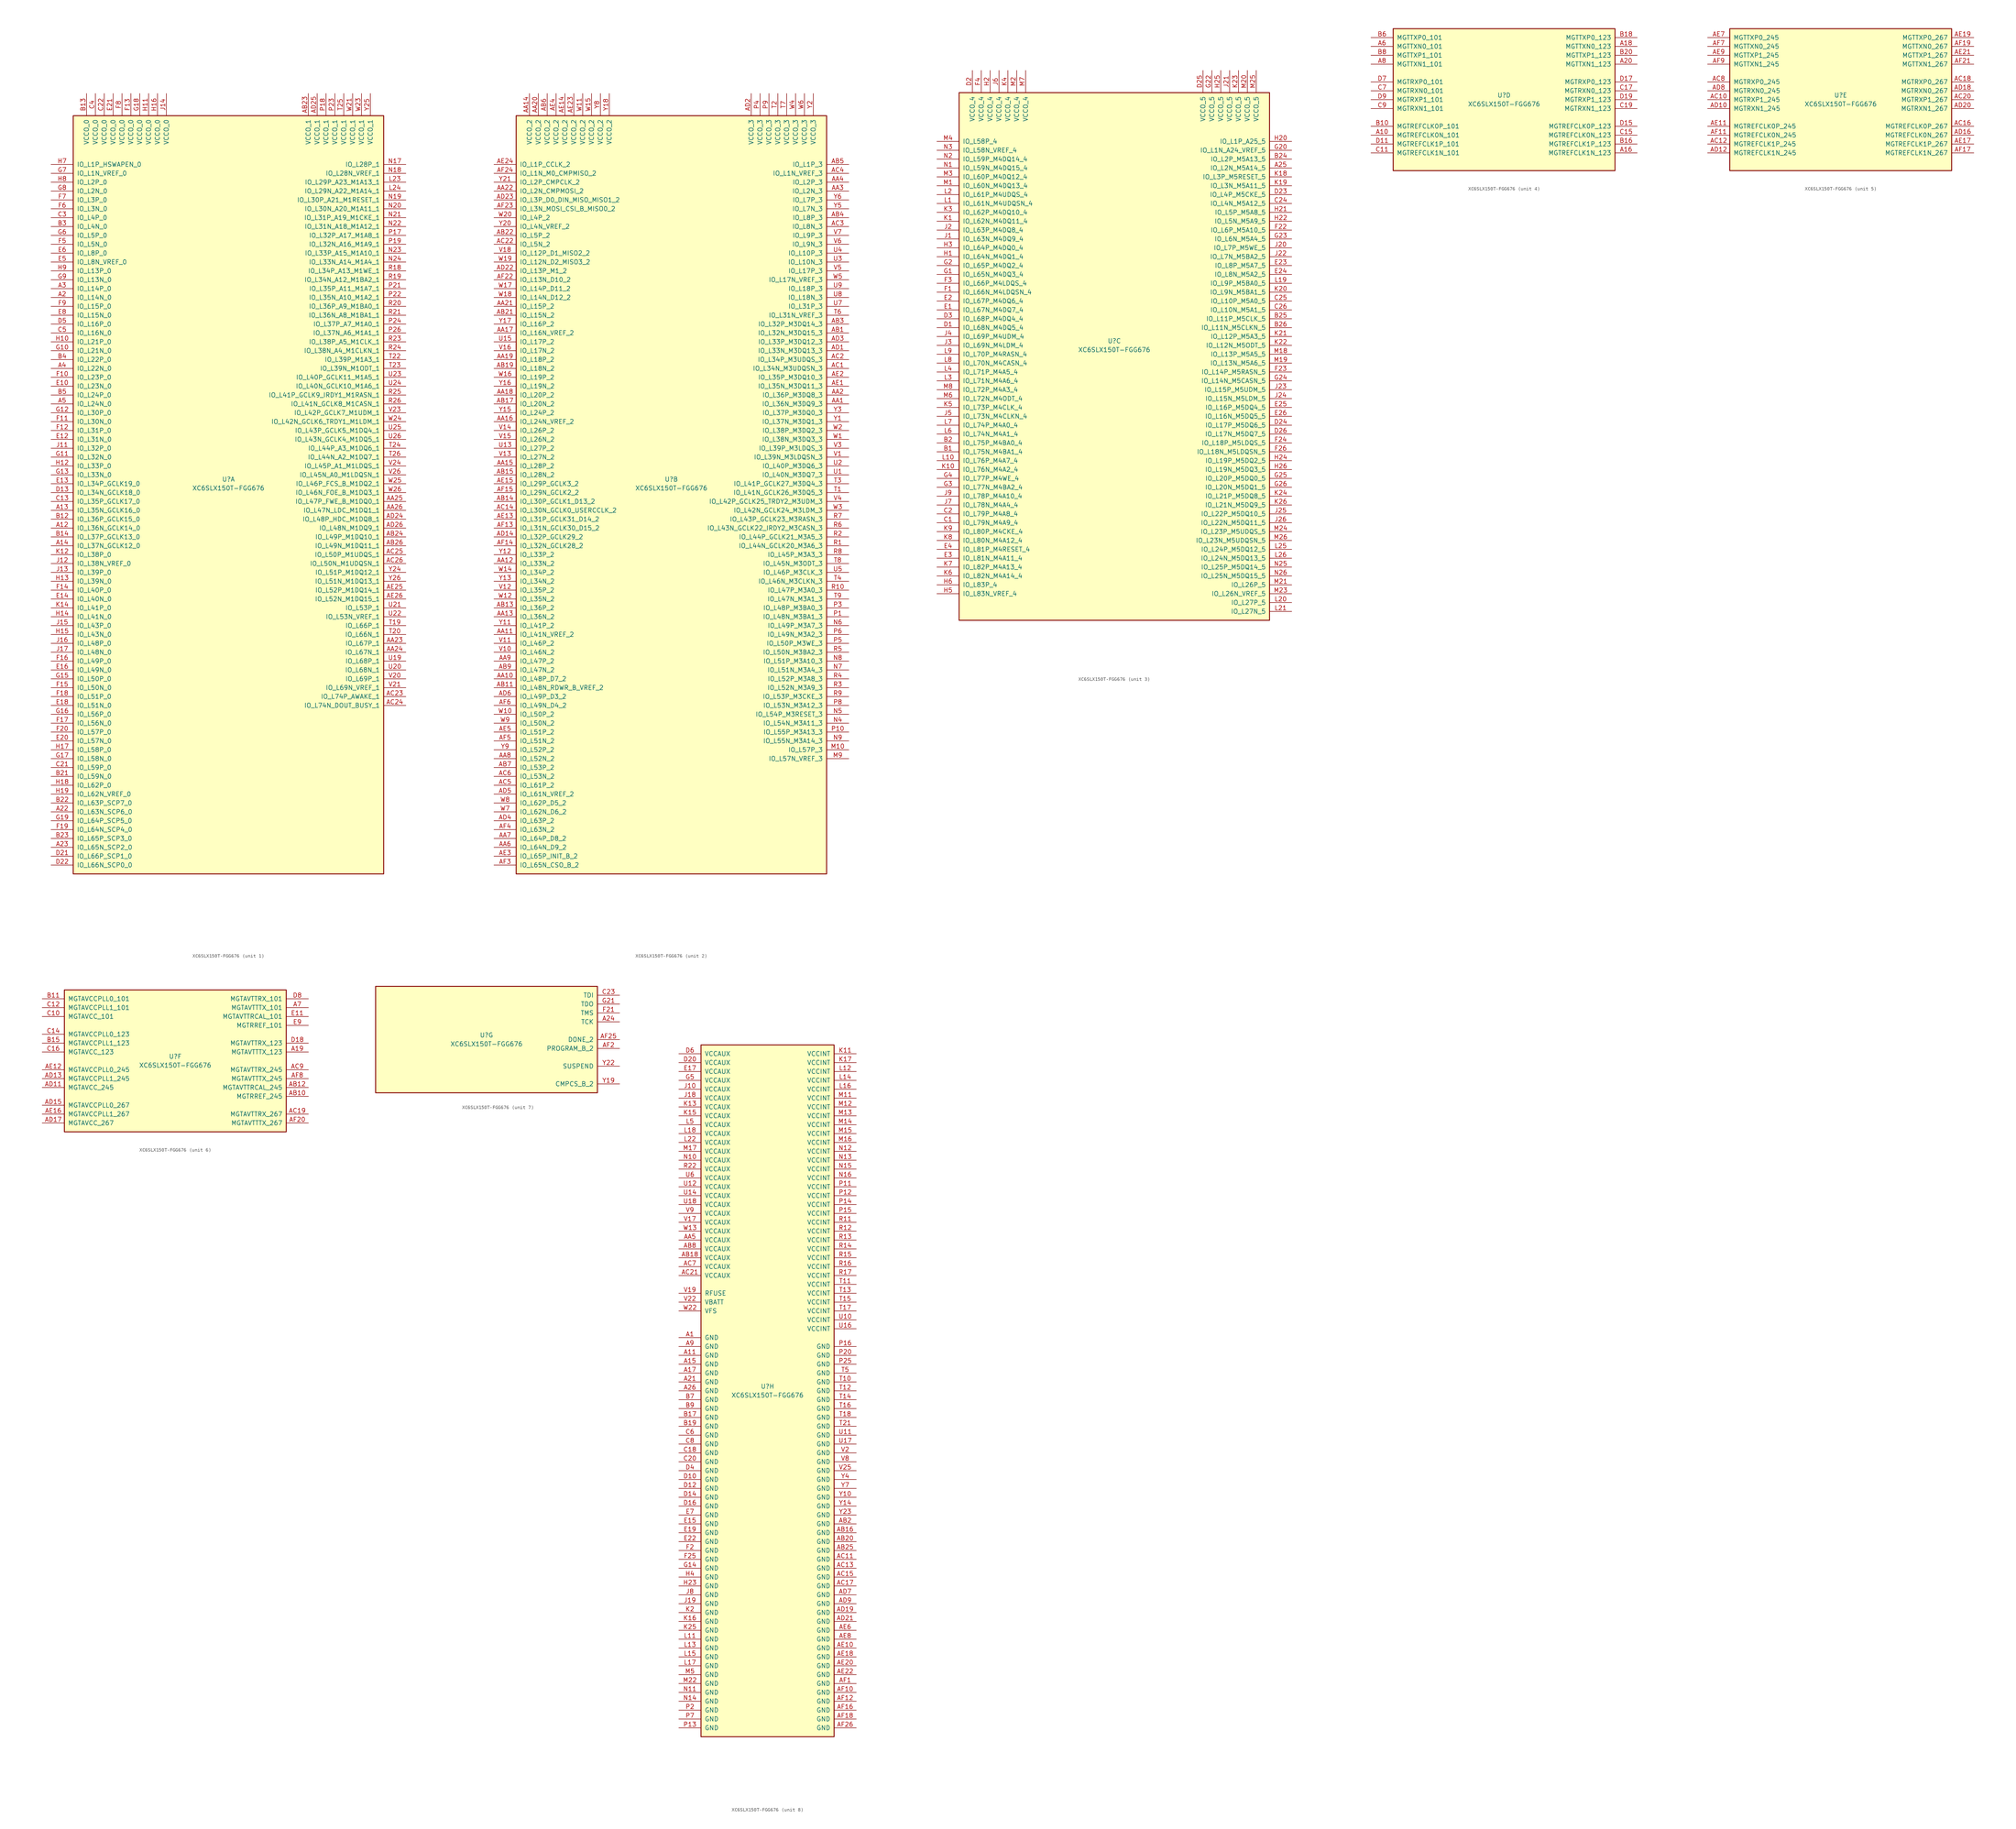
<source format=kicad_sym>
(kicad_symbol_lib
  (version 20211014)
  (generator kicad_symbol_editor)
  (symbol "XC6SLX150T-FGG676"
    (pin_names
      (offset 1.016))
    (property "Reference" "U"
      (at 0 1.27 0)
      (effects (font (size 1.27 1.27))))
    (property "Value" "XC6SLX150T-FGG676"
      (at 0 -1.27 0)
      (effects (font (size 1.27 1.27))))
    (property "Datasheet" ""
      (at 0 0 0)
      (effects (font (size 1.27 1.27))))
    (property "ki_locked" ""
      (at 0 0 0)
      (effects (font (size 1.27 1.27))))
    (symbol "XC6SLX150T-FGG676_1_1"
      (rectangle (start -44.45 105.41) (end 44.45 -111.76) (stroke (width 0.254) (type default) (color 0 0 0 0)) (fill (type background)))
      (pin bidirectional line (at -50.8 -12.7 0) (length 6.35) (name "IO_L36N_GCLK14_0" (effects (font (size 1.27 1.27)))) (number "A12" (effects (font (size 1.27 1.27)))))
      (pin bidirectional line (at -50.8 -7.62 0) (length 6.35) (name "IO_L35N_GCLK16_0" (effects (font (size 1.27 1.27)))) (number "A13" (effects (font (size 1.27 1.27)))))
      (pin bidirectional line (at -50.8 -17.78 0) (length 6.35) (name "IO_L37N_GCLK12_0" (effects (font (size 1.27 1.27)))) (number "A14" (effects (font (size 1.27 1.27)))))
      (pin bidirectional line (at -50.8 53.34 0) (length 6.35) (name "IO_L14N_0" (effects (font (size 1.27 1.27)))) (number "A2" (effects (font (size 1.27 1.27)))))
      (pin bidirectional line (at -50.8 -93.98 0) (length 6.35) (name "IO_L63N_SCP6_0" (effects (font (size 1.27 1.27)))) (number "A22" (effects (font (size 1.27 1.27)))))
      (pin bidirectional line (at -50.8 -104.14 0) (length 6.35) (name "IO_L65N_SCP2_0" (effects (font (size 1.27 1.27)))) (number "A23" (effects (font (size 1.27 1.27)))))
      (pin bidirectional line (at -50.8 55.88 0) (length 6.35) (name "IO_L14P_0" (effects (font (size 1.27 1.27)))) (number "A3" (effects (font (size 1.27 1.27)))))
      (pin bidirectional line (at -50.8 33.02 0) (length 6.35) (name "IO_L22N_0" (effects (font (size 1.27 1.27)))) (number "A4" (effects (font (size 1.27 1.27)))))
      (pin bidirectional line (at -50.8 22.86 0) (length 6.35) (name "IO_L24N_0" (effects (font (size 1.27 1.27)))) (number "A5" (effects (font (size 1.27 1.27)))))
      (pin bidirectional line (at 50.8 -45.72 180) (length 6.35) (name "IO_L67P_1" (effects (font (size 1.27 1.27)))) (number "AA23" (effects (font (size 1.27 1.27)))))
      (pin bidirectional line (at 50.8 -48.26 180) (length 6.35) (name "IO_L67N_1" (effects (font (size 1.27 1.27)))) (number "AA24" (effects (font (size 1.27 1.27)))))
      (pin bidirectional line (at 50.8 -5.08 180) (length 6.35) (name "IO_L47P_FWE_B_M1DQ0_1" (effects (font (size 1.27 1.27)))) (number "AA25" (effects (font (size 1.27 1.27)))))
      (pin bidirectional line (at 50.8 -7.62 180) (length 6.35) (name "IO_L47N_LDC_M1DQ1_1" (effects (font (size 1.27 1.27)))) (number "AA26" (effects (font (size 1.27 1.27)))))
      (pin power_in line (at 22.86 111.76 270) (length 6.35) (name "VCCO_1" (effects (font (size 1.27 1.27)))) (number "AB23" (effects (font (size 1.27 1.27)))))
      (pin bidirectional line (at 50.8 -15.24 180) (length 6.35) (name "IO_L49P_M1DQ10_1" (effects (font (size 1.27 1.27)))) (number "AB24" (effects (font (size 1.27 1.27)))))
      (pin bidirectional line (at 50.8 -17.78 180) (length 6.35) (name "IO_L49N_M1DQ11_1" (effects (font (size 1.27 1.27)))) (number "AB26" (effects (font (size 1.27 1.27)))))
      (pin bidirectional line (at 50.8 -60.96 180) (length 6.35) (name "IO_L74P_AWAKE_1" (effects (font (size 1.27 1.27)))) (number "AC23" (effects (font (size 1.27 1.27)))))
      (pin bidirectional line (at 50.8 -63.5 180) (length 6.35) (name "IO_L74N_DOUT_BUSY_1" (effects (font (size 1.27 1.27)))) (number "AC24" (effects (font (size 1.27 1.27)))))
      (pin bidirectional line (at 50.8 -20.32 180) (length 6.35) (name "IO_L50P_M1UDQS_1" (effects (font (size 1.27 1.27)))) (number "AC25" (effects (font (size 1.27 1.27)))))
      (pin bidirectional line (at 50.8 -22.86 180) (length 6.35) (name "IO_L50N_M1UDQSN_1" (effects (font (size 1.27 1.27)))) (number "AC26" (effects (font (size 1.27 1.27)))))
      (pin bidirectional line (at 50.8 -10.16 180) (length 6.35) (name "IO_L48P_HDC_M1DQ8_1" (effects (font (size 1.27 1.27)))) (number "AD24" (effects (font (size 1.27 1.27)))))
      (pin power_in line (at 25.4 111.76 270) (length 6.35) (name "VCCO_1" (effects (font (size 1.27 1.27)))) (number "AD25" (effects (font (size 1.27 1.27)))))
      (pin bidirectional line (at 50.8 -12.7 180) (length 6.35) (name "IO_L48N_M1DQ9_1" (effects (font (size 1.27 1.27)))) (number "AD26" (effects (font (size 1.27 1.27)))))
      (pin bidirectional line (at 50.8 -30.48 180) (length 6.35) (name "IO_L52P_M1DQ14_1" (effects (font (size 1.27 1.27)))) (number "AE25" (effects (font (size 1.27 1.27)))))
      (pin bidirectional line (at 50.8 -33.02 180) (length 6.35) (name "IO_L52N_M1DQ15_1" (effects (font (size 1.27 1.27)))) (number "AE26" (effects (font (size 1.27 1.27)))))
      (pin bidirectional line (at -50.8 -10.16 0) (length 6.35) (name "IO_L36P_GCLK15_0" (effects (font (size 1.27 1.27)))) (number "B12" (effects (font (size 1.27 1.27)))))
      (pin power_in line (at -40.64 111.76 270) (length 6.35) (name "VCCO_0" (effects (font (size 1.27 1.27)))) (number "B13" (effects (font (size 1.27 1.27)))))
      (pin bidirectional line (at -50.8 -15.24 0) (length 6.35) (name "IO_L37P_GCLK13_0" (effects (font (size 1.27 1.27)))) (number "B14" (effects (font (size 1.27 1.27)))))
      (pin bidirectional line (at -50.8 -83.82 0) (length 6.35) (name "IO_L59N_0" (effects (font (size 1.27 1.27)))) (number "B21" (effects (font (size 1.27 1.27)))))
      (pin bidirectional line (at -50.8 -91.44 0) (length 6.35) (name "IO_L63P_SCP7_0" (effects (font (size 1.27 1.27)))) (number "B22" (effects (font (size 1.27 1.27)))))
      (pin bidirectional line (at -50.8 -101.6 0) (length 6.35) (name "IO_L65P_SCP3_0" (effects (font (size 1.27 1.27)))) (number "B23" (effects (font (size 1.27 1.27)))))
      (pin bidirectional line (at -50.8 73.66 0) (length 6.35) (name "IO_L4N_0" (effects (font (size 1.27 1.27)))) (number "B3" (effects (font (size 1.27 1.27)))))
      (pin bidirectional line (at -50.8 35.56 0) (length 6.35) (name "IO_L22P_0" (effects (font (size 1.27 1.27)))) (number "B4" (effects (font (size 1.27 1.27)))))
      (pin bidirectional line (at -50.8 25.4 0) (length 6.35) (name "IO_L24P_0" (effects (font (size 1.27 1.27)))) (number "B5" (effects (font (size 1.27 1.27)))))
      (pin bidirectional line (at -50.8 -5.08 0) (length 6.35) (name "IO_L35P_GCLK17_0" (effects (font (size 1.27 1.27)))) (number "C13" (effects (font (size 1.27 1.27)))))
      (pin bidirectional line (at -50.8 -81.28 0) (length 6.35) (name "IO_L59P_0" (effects (font (size 1.27 1.27)))) (number "C21" (effects (font (size 1.27 1.27)))))
      (pin power_in line (at -35.56 111.76 270) (length 6.35) (name "VCCO_0" (effects (font (size 1.27 1.27)))) (number "C22" (effects (font (size 1.27 1.27)))))
      (pin bidirectional line (at -50.8 76.2 0) (length 6.35) (name "IO_L4P_0" (effects (font (size 1.27 1.27)))) (number "C3" (effects (font (size 1.27 1.27)))))
      (pin power_in line (at -38.1 111.76 270) (length 6.35) (name "VCCO_0" (effects (font (size 1.27 1.27)))) (number "C4" (effects (font (size 1.27 1.27)))))
      (pin bidirectional line (at -50.8 43.18 0) (length 6.35) (name "IO_L16N_0" (effects (font (size 1.27 1.27)))) (number "C5" (effects (font (size 1.27 1.27)))))
      (pin bidirectional line (at -50.8 -2.54 0) (length 6.35) (name "IO_L34N_GCLK18_0" (effects (font (size 1.27 1.27)))) (number "D13" (effects (font (size 1.27 1.27)))))
      (pin bidirectional line (at -50.8 -106.68 0) (length 6.35) (name "IO_L66P_SCP1_0" (effects (font (size 1.27 1.27)))) (number "D21" (effects (font (size 1.27 1.27)))))
      (pin bidirectional line (at -50.8 -109.22 0) (length 6.35) (name "IO_L66N_SCP0_0" (effects (font (size 1.27 1.27)))) (number "D22" (effects (font (size 1.27 1.27)))))
      (pin bidirectional line (at -50.8 45.72 0) (length 6.35) (name "IO_L16P_0" (effects (font (size 1.27 1.27)))) (number "D5" (effects (font (size 1.27 1.27)))))
      (pin bidirectional line (at -50.8 27.94 0) (length 6.35) (name "IO_L23N_0" (effects (font (size 1.27 1.27)))) (number "E10" (effects (font (size 1.27 1.27)))))
      (pin bidirectional line (at -50.8 12.7 0) (length 6.35) (name "IO_L31N_0" (effects (font (size 1.27 1.27)))) (number "E12" (effects (font (size 1.27 1.27)))))
      (pin bidirectional line (at -50.8 0 0) (length 6.35) (name "IO_L34P_GCLK19_0" (effects (font (size 1.27 1.27)))) (number "E13" (effects (font (size 1.27 1.27)))))
      (pin bidirectional line (at -50.8 -33.02 0) (length 6.35) (name "IO_L40N_0" (effects (font (size 1.27 1.27)))) (number "E14" (effects (font (size 1.27 1.27)))))
      (pin bidirectional line (at -50.8 -53.34 0) (length 6.35) (name "IO_L49N_0" (effects (font (size 1.27 1.27)))) (number "E16" (effects (font (size 1.27 1.27)))))
      (pin bidirectional line (at -50.8 -63.5 0) (length 6.35) (name "IO_L51N_0" (effects (font (size 1.27 1.27)))) (number "E18" (effects (font (size 1.27 1.27)))))
      (pin bidirectional line (at -50.8 -73.66 0) (length 6.35) (name "IO_L57N_0" (effects (font (size 1.27 1.27)))) (number "E20" (effects (font (size 1.27 1.27)))))
      (pin power_in line (at -33.02 111.76 270) (length 6.35) (name "VCCO_0" (effects (font (size 1.27 1.27)))) (number "E21" (effects (font (size 1.27 1.27)))))
      (pin bidirectional line (at -50.8 63.5 0) (length 6.35) (name "IO_L8N_VREF_0" (effects (font (size 1.27 1.27)))) (number "E5" (effects (font (size 1.27 1.27)))))
      (pin bidirectional line (at -50.8 66.04 0) (length 6.35) (name "IO_L8P_0" (effects (font (size 1.27 1.27)))) (number "E6" (effects (font (size 1.27 1.27)))))
      (pin bidirectional line (at -50.8 48.26 0) (length 6.35) (name "IO_L15N_0" (effects (font (size 1.27 1.27)))) (number "E8" (effects (font (size 1.27 1.27)))))
      (pin bidirectional line (at -50.8 30.48 0) (length 6.35) (name "IO_L23P_0" (effects (font (size 1.27 1.27)))) (number "F10" (effects (font (size 1.27 1.27)))))
      (pin bidirectional line (at -50.8 17.78 0) (length 6.35) (name "IO_L30N_0" (effects (font (size 1.27 1.27)))) (number "F11" (effects (font (size 1.27 1.27)))))
      (pin bidirectional line (at -50.8 15.24 0) (length 6.35) (name "IO_L31P_0" (effects (font (size 1.27 1.27)))) (number "F12" (effects (font (size 1.27 1.27)))))
      (pin power_in line (at -27.94 111.76 270) (length 6.35) (name "VCCO_0" (effects (font (size 1.27 1.27)))) (number "F13" (effects (font (size 1.27 1.27)))))
      (pin bidirectional line (at -50.8 -30.48 0) (length 6.35) (name "IO_L40P_0" (effects (font (size 1.27 1.27)))) (number "F14" (effects (font (size 1.27 1.27)))))
      (pin bidirectional line (at -50.8 -58.42 0) (length 6.35) (name "IO_L50N_0" (effects (font (size 1.27 1.27)))) (number "F15" (effects (font (size 1.27 1.27)))))
      (pin bidirectional line (at -50.8 -50.8 0) (length 6.35) (name "IO_L49P_0" (effects (font (size 1.27 1.27)))) (number "F16" (effects (font (size 1.27 1.27)))))
      (pin bidirectional line (at -50.8 -68.58 0) (length 6.35) (name "IO_L56N_0" (effects (font (size 1.27 1.27)))) (number "F17" (effects (font (size 1.27 1.27)))))
      (pin bidirectional line (at -50.8 -60.96 0) (length 6.35) (name "IO_L51P_0" (effects (font (size 1.27 1.27)))) (number "F18" (effects (font (size 1.27 1.27)))))
      (pin bidirectional line (at -50.8 -99.06 0) (length 6.35) (name "IO_L64N_SCP4_0" (effects (font (size 1.27 1.27)))) (number "F19" (effects (font (size 1.27 1.27)))))
      (pin bidirectional line (at -50.8 -71.12 0) (length 6.35) (name "IO_L57P_0" (effects (font (size 1.27 1.27)))) (number "F20" (effects (font (size 1.27 1.27)))))
      (pin bidirectional line (at -50.8 68.58 0) (length 6.35) (name "IO_L5N_0" (effects (font (size 1.27 1.27)))) (number "F5" (effects (font (size 1.27 1.27)))))
      (pin bidirectional line (at -50.8 78.74 0) (length 6.35) (name "IO_L3N_0" (effects (font (size 1.27 1.27)))) (number "F6" (effects (font (size 1.27 1.27)))))
      (pin bidirectional line (at -50.8 81.28 0) (length 6.35) (name "IO_L3P_0" (effects (font (size 1.27 1.27)))) (number "F7" (effects (font (size 1.27 1.27)))))
      (pin power_in line (at -30.48 111.76 270) (length 6.35) (name "VCCO_0" (effects (font (size 1.27 1.27)))) (number "F8" (effects (font (size 1.27 1.27)))))
      (pin bidirectional line (at -50.8 50.8 0) (length 6.35) (name "IO_L15P_0" (effects (font (size 1.27 1.27)))) (number "F9" (effects (font (size 1.27 1.27)))))
      (pin bidirectional line (at -50.8 38.1 0) (length 6.35) (name "IO_L21N_0" (effects (font (size 1.27 1.27)))) (number "G10" (effects (font (size 1.27 1.27)))))
      (pin bidirectional line (at -50.8 7.62 0) (length 6.35) (name "IO_L32N_0" (effects (font (size 1.27 1.27)))) (number "G11" (effects (font (size 1.27 1.27)))))
      (pin bidirectional line (at -50.8 20.32 0) (length 6.35) (name "IO_L30P_0" (effects (font (size 1.27 1.27)))) (number "G12" (effects (font (size 1.27 1.27)))))
      (pin bidirectional line (at -50.8 2.54 0) (length 6.35) (name "IO_L33N_0" (effects (font (size 1.27 1.27)))) (number "G13" (effects (font (size 1.27 1.27)))))
      (pin bidirectional line (at -50.8 -55.88 0) (length 6.35) (name "IO_L50P_0" (effects (font (size 1.27 1.27)))) (number "G15" (effects (font (size 1.27 1.27)))))
      (pin bidirectional line (at -50.8 -66.04 0) (length 6.35) (name "IO_L56P_0" (effects (font (size 1.27 1.27)))) (number "G16" (effects (font (size 1.27 1.27)))))
      (pin bidirectional line (at -50.8 -78.74 0) (length 6.35) (name "IO_L58N_0" (effects (font (size 1.27 1.27)))) (number "G17" (effects (font (size 1.27 1.27)))))
      (pin power_in line (at -25.4 111.76 270) (length 6.35) (name "VCCO_0" (effects (font (size 1.27 1.27)))) (number "G18" (effects (font (size 1.27 1.27)))))
      (pin bidirectional line (at -50.8 -96.52 0) (length 6.35) (name "IO_L64P_SCP5_0" (effects (font (size 1.27 1.27)))) (number "G19" (effects (font (size 1.27 1.27)))))
      (pin bidirectional line (at -50.8 71.12 0) (length 6.35) (name "IO_L5P_0" (effects (font (size 1.27 1.27)))) (number "G6" (effects (font (size 1.27 1.27)))))
      (pin bidirectional line (at -50.8 88.9 0) (length 6.35) (name "IO_L1N_VREF_0" (effects (font (size 1.27 1.27)))) (number "G7" (effects (font (size 1.27 1.27)))))
      (pin bidirectional line (at -50.8 83.82 0) (length 6.35) (name "IO_L2N_0" (effects (font (size 1.27 1.27)))) (number "G8" (effects (font (size 1.27 1.27)))))
      (pin bidirectional line (at -50.8 58.42 0) (length 6.35) (name "IO_L13N_0" (effects (font (size 1.27 1.27)))) (number "G9" (effects (font (size 1.27 1.27)))))
      (pin bidirectional line (at -50.8 40.64 0) (length 6.35) (name "IO_L21P_0" (effects (font (size 1.27 1.27)))) (number "H10" (effects (font (size 1.27 1.27)))))
      (pin power_in line (at -22.86 111.76 270) (length 6.35) (name "VCCO_0" (effects (font (size 1.27 1.27)))) (number "H11" (effects (font (size 1.27 1.27)))))
      (pin bidirectional line (at -50.8 5.08 0) (length 6.35) (name "IO_L33P_0" (effects (font (size 1.27 1.27)))) (number "H12" (effects (font (size 1.27 1.27)))))
      (pin bidirectional line (at -50.8 -27.94 0) (length 6.35) (name "IO_L39N_0" (effects (font (size 1.27 1.27)))) (number "H13" (effects (font (size 1.27 1.27)))))
      (pin bidirectional line (at -50.8 -38.1 0) (length 6.35) (name "IO_L41N_0" (effects (font (size 1.27 1.27)))) (number "H14" (effects (font (size 1.27 1.27)))))
      (pin bidirectional line (at -50.8 -43.18 0) (length 6.35) (name "IO_L43N_0" (effects (font (size 1.27 1.27)))) (number "H15" (effects (font (size 1.27 1.27)))))
      (pin power_in line (at -20.32 111.76 270) (length 6.35) (name "VCCO_0" (effects (font (size 1.27 1.27)))) (number "H16" (effects (font (size 1.27 1.27)))))
      (pin bidirectional line (at -50.8 -76.2 0) (length 6.35) (name "IO_L58P_0" (effects (font (size 1.27 1.27)))) (number "H17" (effects (font (size 1.27 1.27)))))
      (pin bidirectional line (at -50.8 -86.36 0) (length 6.35) (name "IO_L62P_0" (effects (font (size 1.27 1.27)))) (number "H18" (effects (font (size 1.27 1.27)))))
      (pin bidirectional line (at -50.8 -88.9 0) (length 6.35) (name "IO_L62N_VREF_0" (effects (font (size 1.27 1.27)))) (number "H19" (effects (font (size 1.27 1.27)))))
      (pin bidirectional line (at -50.8 91.44 0) (length 6.35) (name "IO_L1P_HSWAPEN_0" (effects (font (size 1.27 1.27)))) (number "H7" (effects (font (size 1.27 1.27)))))
      (pin bidirectional line (at -50.8 86.36 0) (length 6.35) (name "IO_L2P_0" (effects (font (size 1.27 1.27)))) (number "H8" (effects (font (size 1.27 1.27)))))
      (pin bidirectional line (at -50.8 60.96 0) (length 6.35) (name "IO_L13P_0" (effects (font (size 1.27 1.27)))) (number "H9" (effects (font (size 1.27 1.27)))))
      (pin bidirectional line (at -50.8 10.16 0) (length 6.35) (name "IO_L32P_0" (effects (font (size 1.27 1.27)))) (number "J11" (effects (font (size 1.27 1.27)))))
      (pin bidirectional line (at -50.8 -22.86 0) (length 6.35) (name "IO_L38N_VREF_0" (effects (font (size 1.27 1.27)))) (number "J12" (effects (font (size 1.27 1.27)))))
      (pin bidirectional line (at -50.8 -25.4 0) (length 6.35) (name "IO_L39P_0" (effects (font (size 1.27 1.27)))) (number "J13" (effects (font (size 1.27 1.27)))))
      (pin power_in line (at -17.78 111.76 270) (length 6.35) (name "VCCO_0" (effects (font (size 1.27 1.27)))) (number "J14" (effects (font (size 1.27 1.27)))))
      (pin bidirectional line (at -50.8 -40.64 0) (length 6.35) (name "IO_L43P_0" (effects (font (size 1.27 1.27)))) (number "J15" (effects (font (size 1.27 1.27)))))
      (pin bidirectional line (at -50.8 -45.72 0) (length 6.35) (name "IO_L48P_0" (effects (font (size 1.27 1.27)))) (number "J16" (effects (font (size 1.27 1.27)))))
      (pin bidirectional line (at -50.8 -48.26 0) (length 6.35) (name "IO_L48N_0" (effects (font (size 1.27 1.27)))) (number "J17" (effects (font (size 1.27 1.27)))))
      (pin bidirectional line (at -50.8 -20.32 0) (length 6.35) (name "IO_L38P_0" (effects (font (size 1.27 1.27)))) (number "K12" (effects (font (size 1.27 1.27)))))
      (pin bidirectional line (at -50.8 -35.56 0) (length 6.35) (name "IO_L41P_0" (effects (font (size 1.27 1.27)))) (number "K14" (effects (font (size 1.27 1.27)))))
      (pin bidirectional line (at 50.8 86.36 180) (length 6.35) (name "IO_L29P_A23_M1A13_1" (effects (font (size 1.27 1.27)))) (number "L23" (effects (font (size 1.27 1.27)))))
      (pin bidirectional line (at 50.8 83.82 180) (length 6.35) (name "IO_L29N_A22_M1A14_1" (effects (font (size 1.27 1.27)))) (number "L24" (effects (font (size 1.27 1.27)))))
      (pin bidirectional line (at 50.8 91.44 180) (length 6.35) (name "IO_L28P_1" (effects (font (size 1.27 1.27)))) (number "N17" (effects (font (size 1.27 1.27)))))
      (pin bidirectional line (at 50.8 88.9 180) (length 6.35) (name "IO_L28N_VREF_1" (effects (font (size 1.27 1.27)))) (number "N18" (effects (font (size 1.27 1.27)))))
      (pin bidirectional line (at 50.8 81.28 180) (length 6.35) (name "IO_L30P_A21_M1RESET_1" (effects (font (size 1.27 1.27)))) (number "N19" (effects (font (size 1.27 1.27)))))
      (pin bidirectional line (at 50.8 78.74 180) (length 6.35) (name "IO_L30N_A20_M1A11_1" (effects (font (size 1.27 1.27)))) (number "N20" (effects (font (size 1.27 1.27)))))
      (pin bidirectional line (at 50.8 76.2 180) (length 6.35) (name "IO_L31P_A19_M1CKE_1" (effects (font (size 1.27 1.27)))) (number "N21" (effects (font (size 1.27 1.27)))))
      (pin bidirectional line (at 50.8 73.66 180) (length 6.35) (name "IO_L31N_A18_M1A12_1" (effects (font (size 1.27 1.27)))) (number "N22" (effects (font (size 1.27 1.27)))))
      (pin bidirectional line (at 50.8 66.04 180) (length 6.35) (name "IO_L33P_A15_M1A10_1" (effects (font (size 1.27 1.27)))) (number "N23" (effects (font (size 1.27 1.27)))))
      (pin bidirectional line (at 50.8 63.5 180) (length 6.35) (name "IO_L33N_A14_M1A4_1" (effects (font (size 1.27 1.27)))) (number "N24" (effects (font (size 1.27 1.27)))))
      (pin bidirectional line (at 50.8 71.12 180) (length 6.35) (name "IO_L32P_A17_M1A8_1" (effects (font (size 1.27 1.27)))) (number "P17" (effects (font (size 1.27 1.27)))))
      (pin power_in line (at 27.94 111.76 270) (length 6.35) (name "VCCO_1" (effects (font (size 1.27 1.27)))) (number "P18" (effects (font (size 1.27 1.27)))))
      (pin bidirectional line (at 50.8 68.58 180) (length 6.35) (name "IO_L32N_A16_M1A9_1" (effects (font (size 1.27 1.27)))) (number "P19" (effects (font (size 1.27 1.27)))))
      (pin bidirectional line (at 50.8 55.88 180) (length 6.35) (name "IO_L35P_A11_M1A7_1" (effects (font (size 1.27 1.27)))) (number "P21" (effects (font (size 1.27 1.27)))))
      (pin bidirectional line (at 50.8 53.34 180) (length 6.35) (name "IO_L35N_A10_M1A2_1" (effects (font (size 1.27 1.27)))) (number "P22" (effects (font (size 1.27 1.27)))))
      (pin power_in line (at 30.48 111.76 270) (length 6.35) (name "VCCO_1" (effects (font (size 1.27 1.27)))) (number "P23" (effects (font (size 1.27 1.27)))))
      (pin bidirectional line (at 50.8 45.72 180) (length 6.35) (name "IO_L37P_A7_M1A0_1" (effects (font (size 1.27 1.27)))) (number "P24" (effects (font (size 1.27 1.27)))))
      (pin bidirectional line (at 50.8 43.18 180) (length 6.35) (name "IO_L37N_A6_M1A1_1" (effects (font (size 1.27 1.27)))) (number "P26" (effects (font (size 1.27 1.27)))))
      (pin bidirectional line (at 50.8 60.96 180) (length 6.35) (name "IO_L34P_A13_M1WE_1" (effects (font (size 1.27 1.27)))) (number "R18" (effects (font (size 1.27 1.27)))))
      (pin bidirectional line (at 50.8 58.42 180) (length 6.35) (name "IO_L34N_A12_M1BA2_1" (effects (font (size 1.27 1.27)))) (number "R19" (effects (font (size 1.27 1.27)))))
      (pin bidirectional line (at 50.8 50.8 180) (length 6.35) (name "IO_L36P_A9_M1BA0_1" (effects (font (size 1.27 1.27)))) (number "R20" (effects (font (size 1.27 1.27)))))
      (pin bidirectional line (at 50.8 48.26 180) (length 6.35) (name "IO_L36N_A8_M1BA1_1" (effects (font (size 1.27 1.27)))) (number "R21" (effects (font (size 1.27 1.27)))))
      (pin bidirectional line (at 50.8 40.64 180) (length 6.35) (name "IO_L38P_A5_M1CLK_1" (effects (font (size 1.27 1.27)))) (number "R23" (effects (font (size 1.27 1.27)))))
      (pin bidirectional line (at 50.8 38.1 180) (length 6.35) (name "IO_L38N_A4_M1CLKN_1" (effects (font (size 1.27 1.27)))) (number "R24" (effects (font (size 1.27 1.27)))))
      (pin bidirectional line (at 50.8 25.4 180) (length 6.35) (name "IO_L41P_GCLK9_IRDY1_M1RASN_1" (effects (font (size 1.27 1.27)))) (number "R25" (effects (font (size 1.27 1.27)))))
      (pin bidirectional line (at 50.8 22.86 180) (length 6.35) (name "IO_L41N_GCLK8_M1CASN_1" (effects (font (size 1.27 1.27)))) (number "R26" (effects (font (size 1.27 1.27)))))
      (pin bidirectional line (at 50.8 -40.64 180) (length 6.35) (name "IO_L66P_1" (effects (font (size 1.27 1.27)))) (number "T19" (effects (font (size 1.27 1.27)))))
      (pin bidirectional line (at 50.8 -43.18 180) (length 6.35) (name "IO_L66N_1" (effects (font (size 1.27 1.27)))) (number "T20" (effects (font (size 1.27 1.27)))))
      (pin bidirectional line (at 50.8 35.56 180) (length 6.35) (name "IO_L39P_M1A3_1" (effects (font (size 1.27 1.27)))) (number "T22" (effects (font (size 1.27 1.27)))))
      (pin bidirectional line (at 50.8 33.02 180) (length 6.35) (name "IO_L39N_M1ODT_1" (effects (font (size 1.27 1.27)))) (number "T23" (effects (font (size 1.27 1.27)))))
      (pin bidirectional line (at 50.8 10.16 180) (length 6.35) (name "IO_L44P_A3_M1DQ6_1" (effects (font (size 1.27 1.27)))) (number "T24" (effects (font (size 1.27 1.27)))))
      (pin power_in line (at 33.02 111.76 270) (length 6.35) (name "VCCO_1" (effects (font (size 1.27 1.27)))) (number "T25" (effects (font (size 1.27 1.27)))))
      (pin bidirectional line (at 50.8 7.62 180) (length 6.35) (name "IO_L44N_A2_M1DQ7_1" (effects (font (size 1.27 1.27)))) (number "T26" (effects (font (size 1.27 1.27)))))
      (pin bidirectional line (at 50.8 -50.8 180) (length 6.35) (name "IO_L68P_1" (effects (font (size 1.27 1.27)))) (number "U19" (effects (font (size 1.27 1.27)))))
      (pin bidirectional line (at 50.8 -53.34 180) (length 6.35) (name "IO_L68N_1" (effects (font (size 1.27 1.27)))) (number "U20" (effects (font (size 1.27 1.27)))))
      (pin bidirectional line (at 50.8 -35.56 180) (length 6.35) (name "IO_L53P_1" (effects (font (size 1.27 1.27)))) (number "U21" (effects (font (size 1.27 1.27)))))
      (pin bidirectional line (at 50.8 -38.1 180) (length 6.35) (name "IO_L53N_VREF_1" (effects (font (size 1.27 1.27)))) (number "U22" (effects (font (size 1.27 1.27)))))
      (pin bidirectional line (at 50.8 30.48 180) (length 6.35) (name "IO_L40P_GCLK11_M1A5_1" (effects (font (size 1.27 1.27)))) (number "U23" (effects (font (size 1.27 1.27)))))
      (pin bidirectional line (at 50.8 27.94 180) (length 6.35) (name "IO_L40N_GCLK10_M1A6_1" (effects (font (size 1.27 1.27)))) (number "U24" (effects (font (size 1.27 1.27)))))
      (pin bidirectional line (at 50.8 15.24 180) (length 6.35) (name "IO_L43P_GCLK5_M1DQ4_1" (effects (font (size 1.27 1.27)))) (number "U25" (effects (font (size 1.27 1.27)))))
      (pin bidirectional line (at 50.8 12.7 180) (length 6.35) (name "IO_L43N_GCLK4_M1DQ5_1" (effects (font (size 1.27 1.27)))) (number "U26" (effects (font (size 1.27 1.27)))))
      (pin bidirectional line (at 50.8 -55.88 180) (length 6.35) (name "IO_L69P_1" (effects (font (size 1.27 1.27)))) (number "V20" (effects (font (size 1.27 1.27)))))
      (pin bidirectional line (at 50.8 -58.42 180) (length 6.35) (name "IO_L69N_VREF_1" (effects (font (size 1.27 1.27)))) (number "V21" (effects (font (size 1.27 1.27)))))
      (pin bidirectional line (at 50.8 20.32 180) (length 6.35) (name "IO_L42P_GCLK7_M1UDM_1" (effects (font (size 1.27 1.27)))) (number "V23" (effects (font (size 1.27 1.27)))))
      (pin bidirectional line (at 50.8 5.08 180) (length 6.35) (name "IO_L45P_A1_M1LDQS_1" (effects (font (size 1.27 1.27)))) (number "V24" (effects (font (size 1.27 1.27)))))
      (pin bidirectional line (at 50.8 2.54 180) (length 6.35) (name "IO_L45N_A0_M1LDQSN_1" (effects (font (size 1.27 1.27)))) (number "V26" (effects (font (size 1.27 1.27)))))
      (pin power_in line (at 35.56 111.76 270) (length 6.35) (name "VCCO_1" (effects (font (size 1.27 1.27)))) (number "W21" (effects (font (size 1.27 1.27)))))
      (pin power_in line (at 38.1 111.76 270) (length 6.35) (name "VCCO_1" (effects (font (size 1.27 1.27)))) (number "W23" (effects (font (size 1.27 1.27)))))
      (pin bidirectional line (at 50.8 17.78 180) (length 6.35) (name "IO_L42N_GCLK6_TRDY1_M1LDM_1" (effects (font (size 1.27 1.27)))) (number "W24" (effects (font (size 1.27 1.27)))))
      (pin bidirectional line (at 50.8 0 180) (length 6.35) (name "IO_L46P_FCS_B_M1DQ2_1" (effects (font (size 1.27 1.27)))) (number "W25" (effects (font (size 1.27 1.27)))))
      (pin bidirectional line (at 50.8 -2.54 180) (length 6.35) (name "IO_L46N_FOE_B_M1DQ3_1" (effects (font (size 1.27 1.27)))) (number "W26" (effects (font (size 1.27 1.27)))))
      (pin bidirectional line (at 50.8 -25.4 180) (length 6.35) (name "IO_L51P_M1DQ12_1" (effects (font (size 1.27 1.27)))) (number "Y24" (effects (font (size 1.27 1.27)))))
      (pin power_in line (at 40.64 111.76 270) (length 6.35) (name "VCCO_1" (effects (font (size 1.27 1.27)))) (number "Y25" (effects (font (size 1.27 1.27)))))
      (pin bidirectional line (at 50.8 -27.94 180) (length 6.35) (name "IO_L51N_M1DQ13_1" (effects (font (size 1.27 1.27)))) (number "Y26" (effects (font (size 1.27 1.27))))))
    (symbol "XC6SLX150T-FGG676_2_1"
      (rectangle (start -44.45 105.41) (end 44.45 -111.76) (stroke (width 0.254) (type default) (color 0 0 0 0)) (fill (type background)))
      (pin bidirectional line (at 50.8 22.86 180) (length 6.35) (name "IO_L36N_M3DQ9_3" (effects (font (size 1.27 1.27)))) (number "AA1" (effects (font (size 1.27 1.27)))))
      (pin bidirectional line (at -50.8 -55.88 0) (length 6.35) (name "IO_L48P_D7_2" (effects (font (size 1.27 1.27)))) (number "AA10" (effects (font (size 1.27 1.27)))))
      (pin bidirectional line (at -50.8 -43.18 0) (length 6.35) (name "IO_L41N_VREF_2" (effects (font (size 1.27 1.27)))) (number "AA11" (effects (font (size 1.27 1.27)))))
      (pin bidirectional line (at -50.8 -22.86 0) (length 6.35) (name "IO_L33N_2" (effects (font (size 1.27 1.27)))) (number "AA12" (effects (font (size 1.27 1.27)))))
      (pin bidirectional line (at -50.8 -38.1 0) (length 6.35) (name "IO_L36N_2" (effects (font (size 1.27 1.27)))) (number "AA13" (effects (font (size 1.27 1.27)))))
      (pin power_in line (at -40.64 111.76 270) (length 6.35) (name "VCCO_2" (effects (font (size 1.27 1.27)))) (number "AA14" (effects (font (size 1.27 1.27)))))
      (pin bidirectional line (at -50.8 5.08 0) (length 6.35) (name "IO_L28P_2" (effects (font (size 1.27 1.27)))) (number "AA15" (effects (font (size 1.27 1.27)))))
      (pin bidirectional line (at -50.8 17.78 0) (length 6.35) (name "IO_L24N_VREF_2" (effects (font (size 1.27 1.27)))) (number "AA16" (effects (font (size 1.27 1.27)))))
      (pin bidirectional line (at -50.8 43.18 0) (length 6.35) (name "IO_L16N_VREF_2" (effects (font (size 1.27 1.27)))) (number "AA17" (effects (font (size 1.27 1.27)))))
      (pin bidirectional line (at -50.8 25.4 0) (length 6.35) (name "IO_L20P_2" (effects (font (size 1.27 1.27)))) (number "AA18" (effects (font (size 1.27 1.27)))))
      (pin bidirectional line (at -50.8 35.56 0) (length 6.35) (name "IO_L18P_2" (effects (font (size 1.27 1.27)))) (number "AA19" (effects (font (size 1.27 1.27)))))
      (pin bidirectional line (at 50.8 25.4 180) (length 6.35) (name "IO_L36P_M3DQ8_3" (effects (font (size 1.27 1.27)))) (number "AA2" (effects (font (size 1.27 1.27)))))
      (pin power_in line (at -38.1 111.76 270) (length 6.35) (name "VCCO_2" (effects (font (size 1.27 1.27)))) (number "AA20" (effects (font (size 1.27 1.27)))))
      (pin bidirectional line (at -50.8 50.8 0) (length 6.35) (name "IO_L15P_2" (effects (font (size 1.27 1.27)))) (number "AA21" (effects (font (size 1.27 1.27)))))
      (pin bidirectional line (at -50.8 83.82 0) (length 6.35) (name "IO_L2N_CMPMOSI_2" (effects (font (size 1.27 1.27)))) (number "AA22" (effects (font (size 1.27 1.27)))))
      (pin bidirectional line (at 50.8 83.82 180) (length 6.35) (name "IO_L2N_3" (effects (font (size 1.27 1.27)))) (number "AA3" (effects (font (size 1.27 1.27)))))
      (pin bidirectional line (at 50.8 86.36 180) (length 6.35) (name "IO_L2P_3" (effects (font (size 1.27 1.27)))) (number "AA4" (effects (font (size 1.27 1.27)))))
      (pin bidirectional line (at -50.8 -104.14 0) (length 6.35) (name "IO_L64N_D9_2" (effects (font (size 1.27 1.27)))) (number "AA6" (effects (font (size 1.27 1.27)))))
      (pin bidirectional line (at -50.8 -101.6 0) (length 6.35) (name "IO_L64P_D8_2" (effects (font (size 1.27 1.27)))) (number "AA7" (effects (font (size 1.27 1.27)))))
      (pin bidirectional line (at -50.8 -78.74 0) (length 6.35) (name "IO_L52N_2" (effects (font (size 1.27 1.27)))) (number "AA8" (effects (font (size 1.27 1.27)))))
      (pin bidirectional line (at -50.8 -50.8 0) (length 6.35) (name "IO_L47P_2" (effects (font (size 1.27 1.27)))) (number "AA9" (effects (font (size 1.27 1.27)))))
      (pin bidirectional line (at 50.8 43.18 180) (length 6.35) (name "IO_L32N_M3DQ15_3" (effects (font (size 1.27 1.27)))) (number "AB1" (effects (font (size 1.27 1.27)))))
      (pin bidirectional line (at -50.8 -58.42 0) (length 6.35) (name "IO_L48N_RDWR_B_VREF_2" (effects (font (size 1.27 1.27)))) (number "AB11" (effects (font (size 1.27 1.27)))))
      (pin bidirectional line (at -50.8 -35.56 0) (length 6.35) (name "IO_L36P_2" (effects (font (size 1.27 1.27)))) (number "AB13" (effects (font (size 1.27 1.27)))))
      (pin bidirectional line (at -50.8 -5.08 0) (length 6.35) (name "IO_L30P_GCLK1_D13_2" (effects (font (size 1.27 1.27)))) (number "AB14" (effects (font (size 1.27 1.27)))))
      (pin bidirectional line (at -50.8 2.54 0) (length 6.35) (name "IO_L28N_2" (effects (font (size 1.27 1.27)))) (number "AB15" (effects (font (size 1.27 1.27)))))
      (pin bidirectional line (at -50.8 22.86 0) (length 6.35) (name "IO_L20N_2" (effects (font (size 1.27 1.27)))) (number "AB17" (effects (font (size 1.27 1.27)))))
      (pin bidirectional line (at -50.8 33.02 0) (length 6.35) (name "IO_L18N_2" (effects (font (size 1.27 1.27)))) (number "AB19" (effects (font (size 1.27 1.27)))))
      (pin bidirectional line (at -50.8 48.26 0) (length 6.35) (name "IO_L15N_2" (effects (font (size 1.27 1.27)))) (number "AB21" (effects (font (size 1.27 1.27)))))
      (pin bidirectional line (at -50.8 71.12 0) (length 6.35) (name "IO_L5P_2" (effects (font (size 1.27 1.27)))) (number "AB22" (effects (font (size 1.27 1.27)))))
      (pin bidirectional line (at 50.8 45.72 180) (length 6.35) (name "IO_L32P_M3DQ14_3" (effects (font (size 1.27 1.27)))) (number "AB3" (effects (font (size 1.27 1.27)))))
      (pin bidirectional line (at 50.8 76.2 180) (length 6.35) (name "IO_L8P_3" (effects (font (size 1.27 1.27)))) (number "AB4" (effects (font (size 1.27 1.27)))))
      (pin bidirectional line (at 50.8 91.44 180) (length 6.35) (name "IO_L1P_3" (effects (font (size 1.27 1.27)))) (number "AB5" (effects (font (size 1.27 1.27)))))
      (pin power_in line (at -35.56 111.76 270) (length 6.35) (name "VCCO_2" (effects (font (size 1.27 1.27)))) (number "AB6" (effects (font (size 1.27 1.27)))))
      (pin bidirectional line (at -50.8 -81.28 0) (length 6.35) (name "IO_L53P_2" (effects (font (size 1.27 1.27)))) (number "AB7" (effects (font (size 1.27 1.27)))))
      (pin bidirectional line (at -50.8 -53.34 0) (length 6.35) (name "IO_L47N_2" (effects (font (size 1.27 1.27)))) (number "AB9" (effects (font (size 1.27 1.27)))))
      (pin bidirectional line (at 50.8 33.02 180) (length 6.35) (name "IO_L34N_M3UDQSN_3" (effects (font (size 1.27 1.27)))) (number "AC1" (effects (font (size 1.27 1.27)))))
      (pin bidirectional line (at -50.8 -7.62 0) (length 6.35) (name "IO_L30N_GCLK0_USERCCLK_2" (effects (font (size 1.27 1.27)))) (number "AC14" (effects (font (size 1.27 1.27)))))
      (pin bidirectional line (at 50.8 35.56 180) (length 6.35) (name "IO_L34P_M3UDQS_3" (effects (font (size 1.27 1.27)))) (number "AC2" (effects (font (size 1.27 1.27)))))
      (pin bidirectional line (at -50.8 68.58 0) (length 6.35) (name "IO_L5N_2" (effects (font (size 1.27 1.27)))) (number "AC22" (effects (font (size 1.27 1.27)))))
      (pin bidirectional line (at 50.8 73.66 180) (length 6.35) (name "IO_L8N_3" (effects (font (size 1.27 1.27)))) (number "AC3" (effects (font (size 1.27 1.27)))))
      (pin bidirectional line (at 50.8 88.9 180) (length 6.35) (name "IO_L1N_VREF_3" (effects (font (size 1.27 1.27)))) (number "AC4" (effects (font (size 1.27 1.27)))))
      (pin bidirectional line (at -50.8 -86.36 0) (length 6.35) (name "IO_L61P_2" (effects (font (size 1.27 1.27)))) (number "AC5" (effects (font (size 1.27 1.27)))))
      (pin bidirectional line (at -50.8 -83.82 0) (length 6.35) (name "IO_L53N_2" (effects (font (size 1.27 1.27)))) (number "AC6" (effects (font (size 1.27 1.27)))))
      (pin bidirectional line (at 50.8 38.1 180) (length 6.35) (name "IO_L33N_M3DQ13_3" (effects (font (size 1.27 1.27)))) (number "AD1" (effects (font (size 1.27 1.27)))))
      (pin bidirectional line (at -50.8 -15.24 0) (length 6.35) (name "IO_L32P_GCLK29_2" (effects (font (size 1.27 1.27)))) (number "AD14" (effects (font (size 1.27 1.27)))))
      (pin power_in line (at 22.86 111.76 270) (length 6.35) (name "VCCO_3" (effects (font (size 1.27 1.27)))) (number "AD2" (effects (font (size 1.27 1.27)))))
      (pin bidirectional line (at -50.8 60.96 0) (length 6.35) (name "IO_L13P_M1_2" (effects (font (size 1.27 1.27)))) (number "AD22" (effects (font (size 1.27 1.27)))))
      (pin bidirectional line (at -50.8 81.28 0) (length 6.35) (name "IO_L3P_D0_DIN_MISO_MISO1_2" (effects (font (size 1.27 1.27)))) (number "AD23" (effects (font (size 1.27 1.27)))))
      (pin bidirectional line (at 50.8 40.64 180) (length 6.35) (name "IO_L33P_M3DQ12_3" (effects (font (size 1.27 1.27)))) (number "AD3" (effects (font (size 1.27 1.27)))))
      (pin bidirectional line (at -50.8 -96.52 0) (length 6.35) (name "IO_L63P_2" (effects (font (size 1.27 1.27)))) (number "AD4" (effects (font (size 1.27 1.27)))))
      (pin bidirectional line (at -50.8 -88.9 0) (length 6.35) (name "IO_L61N_VREF_2" (effects (font (size 1.27 1.27)))) (number "AD5" (effects (font (size 1.27 1.27)))))
      (pin bidirectional line (at -50.8 -60.96 0) (length 6.35) (name "IO_L49P_D3_2" (effects (font (size 1.27 1.27)))) (number "AD6" (effects (font (size 1.27 1.27)))))
      (pin bidirectional line (at 50.8 27.94 180) (length 6.35) (name "IO_L35N_M3DQ11_3" (effects (font (size 1.27 1.27)))) (number "AE1" (effects (font (size 1.27 1.27)))))
      (pin bidirectional line (at -50.8 -10.16 0) (length 6.35) (name "IO_L31P_GCLK31_D14_2" (effects (font (size 1.27 1.27)))) (number "AE13" (effects (font (size 1.27 1.27)))))
      (pin power_in line (at -30.48 111.76 270) (length 6.35) (name "VCCO_2" (effects (font (size 1.27 1.27)))) (number "AE14" (effects (font (size 1.27 1.27)))))
      (pin bidirectional line (at -50.8 0 0) (length 6.35) (name "IO_L29P_GCLK3_2" (effects (font (size 1.27 1.27)))) (number "AE15" (effects (font (size 1.27 1.27)))))
      (pin bidirectional line (at 50.8 30.48 180) (length 6.35) (name "IO_L35P_M3DQ10_3" (effects (font (size 1.27 1.27)))) (number "AE2" (effects (font (size 1.27 1.27)))))
      (pin power_in line (at -27.94 111.76 270) (length 6.35) (name "VCCO_2" (effects (font (size 1.27 1.27)))) (number "AE23" (effects (font (size 1.27 1.27)))))
      (pin bidirectional line (at -50.8 91.44 0) (length 6.35) (name "IO_L1P_CCLK_2" (effects (font (size 1.27 1.27)))) (number "AE24" (effects (font (size 1.27 1.27)))))
      (pin bidirectional line (at -50.8 -106.68 0) (length 6.35) (name "IO_L65P_INIT_B_2" (effects (font (size 1.27 1.27)))) (number "AE3" (effects (font (size 1.27 1.27)))))
      (pin power_in line (at -33.02 111.76 270) (length 6.35) (name "VCCO_2" (effects (font (size 1.27 1.27)))) (number "AE4" (effects (font (size 1.27 1.27)))))
      (pin bidirectional line (at -50.8 -71.12 0) (length 6.35) (name "IO_L51P_2" (effects (font (size 1.27 1.27)))) (number "AE5" (effects (font (size 1.27 1.27)))))
      (pin bidirectional line (at -50.8 -12.7 0) (length 6.35) (name "IO_L31N_GCLK30_D15_2" (effects (font (size 1.27 1.27)))) (number "AF13" (effects (font (size 1.27 1.27)))))
      (pin bidirectional line (at -50.8 -17.78 0) (length 6.35) (name "IO_L32N_GCLK28_2" (effects (font (size 1.27 1.27)))) (number "AF14" (effects (font (size 1.27 1.27)))))
      (pin bidirectional line (at -50.8 -2.54 0) (length 6.35) (name "IO_L29N_GCLK2_2" (effects (font (size 1.27 1.27)))) (number "AF15" (effects (font (size 1.27 1.27)))))
      (pin bidirectional line (at -50.8 58.42 0) (length 6.35) (name "IO_L13N_D10_2" (effects (font (size 1.27 1.27)))) (number "AF22" (effects (font (size 1.27 1.27)))))
      (pin bidirectional line (at -50.8 78.74 0) (length 6.35) (name "IO_L3N_MOSI_CSI_B_MISO0_2" (effects (font (size 1.27 1.27)))) (number "AF23" (effects (font (size 1.27 1.27)))))
      (pin bidirectional line (at -50.8 88.9 0) (length 6.35) (name "IO_L1N_M0_CMPMISO_2" (effects (font (size 1.27 1.27)))) (number "AF24" (effects (font (size 1.27 1.27)))))
      (pin bidirectional line (at -50.8 -109.22 0) (length 6.35) (name "IO_L65N_CSO_B_2" (effects (font (size 1.27 1.27)))) (number "AF3" (effects (font (size 1.27 1.27)))))
      (pin bidirectional line (at -50.8 -99.06 0) (length 6.35) (name "IO_L63N_2" (effects (font (size 1.27 1.27)))) (number "AF4" (effects (font (size 1.27 1.27)))))
      (pin bidirectional line (at -50.8 -73.66 0) (length 6.35) (name "IO_L51N_2" (effects (font (size 1.27 1.27)))) (number "AF5" (effects (font (size 1.27 1.27)))))
      (pin bidirectional line (at -50.8 -63.5 0) (length 6.35) (name "IO_L49N_D4_2" (effects (font (size 1.27 1.27)))) (number "AF6" (effects (font (size 1.27 1.27)))))
      (pin bidirectional line (at 50.8 -76.2 180) (length 6.35) (name "IO_L57P_3" (effects (font (size 1.27 1.27)))) (number "M10" (effects (font (size 1.27 1.27)))))
      (pin bidirectional line (at 50.8 -78.74 180) (length 6.35) (name "IO_L57N_VREF_3" (effects (font (size 1.27 1.27)))) (number "M9" (effects (font (size 1.27 1.27)))))
      (pin bidirectional line (at 50.8 -68.58 180) (length 6.35) (name "IO_L54N_M3A11_3" (effects (font (size 1.27 1.27)))) (number "N4" (effects (font (size 1.27 1.27)))))
      (pin bidirectional line (at 50.8 -66.04 180) (length 6.35) (name "IO_L54P_M3RESET_3" (effects (font (size 1.27 1.27)))) (number "N5" (effects (font (size 1.27 1.27)))))
      (pin bidirectional line (at 50.8 -40.64 180) (length 6.35) (name "IO_L49P_M3A7_3" (effects (font (size 1.27 1.27)))) (number "N6" (effects (font (size 1.27 1.27)))))
      (pin bidirectional line (at 50.8 -53.34 180) (length 6.35) (name "IO_L51N_M3A4_3" (effects (font (size 1.27 1.27)))) (number "N7" (effects (font (size 1.27 1.27)))))
      (pin bidirectional line (at 50.8 -50.8 180) (length 6.35) (name "IO_L51P_M3A10_3" (effects (font (size 1.27 1.27)))) (number "N8" (effects (font (size 1.27 1.27)))))
      (pin bidirectional line (at 50.8 -73.66 180) (length 6.35) (name "IO_L55N_M3A14_3" (effects (font (size 1.27 1.27)))) (number "N9" (effects (font (size 1.27 1.27)))))
      (pin bidirectional line (at 50.8 -38.1 180) (length 6.35) (name "IO_L48N_M3BA1_3" (effects (font (size 1.27 1.27)))) (number "P1" (effects (font (size 1.27 1.27)))))
      (pin bidirectional line (at 50.8 -71.12 180) (length 6.35) (name "IO_L55P_M3A13_3" (effects (font (size 1.27 1.27)))) (number "P10" (effects (font (size 1.27 1.27)))))
      (pin bidirectional line (at 50.8 -35.56 180) (length 6.35) (name "IO_L48P_M3BA0_3" (effects (font (size 1.27 1.27)))) (number "P3" (effects (font (size 1.27 1.27)))))
      (pin power_in line (at 25.4 111.76 270) (length 6.35) (name "VCCO_3" (effects (font (size 1.27 1.27)))) (number "P4" (effects (font (size 1.27 1.27)))))
      (pin bidirectional line (at 50.8 -45.72 180) (length 6.35) (name "IO_L50P_M3WE_3" (effects (font (size 1.27 1.27)))) (number "P5" (effects (font (size 1.27 1.27)))))
      (pin bidirectional line (at 50.8 -43.18 180) (length 6.35) (name "IO_L49N_M3A2_3" (effects (font (size 1.27 1.27)))) (number "P6" (effects (font (size 1.27 1.27)))))
      (pin bidirectional line (at 50.8 -63.5 180) (length 6.35) (name "IO_L53N_M3A12_3" (effects (font (size 1.27 1.27)))) (number "P8" (effects (font (size 1.27 1.27)))))
      (pin power_in line (at 27.94 111.76 270) (length 6.35) (name "VCCO_3" (effects (font (size 1.27 1.27)))) (number "P9" (effects (font (size 1.27 1.27)))))
      (pin bidirectional line (at 50.8 -17.78 180) (length 6.35) (name "IO_L44N_GCLK20_M3A6_3" (effects (font (size 1.27 1.27)))) (number "R1" (effects (font (size 1.27 1.27)))))
      (pin bidirectional line (at 50.8 -30.48 180) (length 6.35) (name "IO_L47P_M3A0_3" (effects (font (size 1.27 1.27)))) (number "R10" (effects (font (size 1.27 1.27)))))
      (pin bidirectional line (at 50.8 -15.24 180) (length 6.35) (name "IO_L44P_GCLK21_M3A5_3" (effects (font (size 1.27 1.27)))) (number "R2" (effects (font (size 1.27 1.27)))))
      (pin bidirectional line (at 50.8 -58.42 180) (length 6.35) (name "IO_L52N_M3A9_3" (effects (font (size 1.27 1.27)))) (number "R3" (effects (font (size 1.27 1.27)))))
      (pin bidirectional line (at 50.8 -55.88 180) (length 6.35) (name "IO_L52P_M3A8_3" (effects (font (size 1.27 1.27)))) (number "R4" (effects (font (size 1.27 1.27)))))
      (pin bidirectional line (at 50.8 -48.26 180) (length 6.35) (name "IO_L50N_M3BA2_3" (effects (font (size 1.27 1.27)))) (number "R5" (effects (font (size 1.27 1.27)))))
      (pin bidirectional line (at 50.8 -12.7 180) (length 6.35) (name "IO_L43N_GCLK22_IRDY2_M3CASN_3" (effects (font (size 1.27 1.27)))) (number "R6" (effects (font (size 1.27 1.27)))))
      (pin bidirectional line (at 50.8 -10.16 180) (length 6.35) (name "IO_L43P_GCLK23_M3RASN_3" (effects (font (size 1.27 1.27)))) (number "R7" (effects (font (size 1.27 1.27)))))
      (pin bidirectional line (at 50.8 -20.32 180) (length 6.35) (name "IO_L45P_M3A3_3" (effects (font (size 1.27 1.27)))) (number "R8" (effects (font (size 1.27 1.27)))))
      (pin bidirectional line (at 50.8 -60.96 180) (length 6.35) (name "IO_L53P_M3CKE_3" (effects (font (size 1.27 1.27)))) (number "R9" (effects (font (size 1.27 1.27)))))
      (pin bidirectional line (at 50.8 -2.54 180) (length 6.35) (name "IO_L41N_GCLK26_M3DQ5_3" (effects (font (size 1.27 1.27)))) (number "T1" (effects (font (size 1.27 1.27)))))
      (pin power_in line (at 30.48 111.76 270) (length 6.35) (name "VCCO_3" (effects (font (size 1.27 1.27)))) (number "T2" (effects (font (size 1.27 1.27)))))
      (pin bidirectional line (at 50.8 0 180) (length 6.35) (name "IO_L41P_GCLK27_M3DQ4_3" (effects (font (size 1.27 1.27)))) (number "T3" (effects (font (size 1.27 1.27)))))
      (pin bidirectional line (at 50.8 -27.94 180) (length 6.35) (name "IO_L46N_M3CLKN_3" (effects (font (size 1.27 1.27)))) (number "T4" (effects (font (size 1.27 1.27)))))
      (pin bidirectional line (at 50.8 48.26 180) (length 6.35) (name "IO_L31N_VREF_3" (effects (font (size 1.27 1.27)))) (number "T6" (effects (font (size 1.27 1.27)))))
      (pin power_in line (at 33.02 111.76 270) (length 6.35) (name "VCCO_3" (effects (font (size 1.27 1.27)))) (number "T7" (effects (font (size 1.27 1.27)))))
      (pin bidirectional line (at 50.8 -22.86 180) (length 6.35) (name "IO_L45N_M3ODT_3" (effects (font (size 1.27 1.27)))) (number "T8" (effects (font (size 1.27 1.27)))))
      (pin bidirectional line (at 50.8 -33.02 180) (length 6.35) (name "IO_L47N_M3A1_3" (effects (font (size 1.27 1.27)))) (number "T9" (effects (font (size 1.27 1.27)))))
      (pin bidirectional line (at 50.8 2.54 180) (length 6.35) (name "IO_L40N_M3DQ7_3" (effects (font (size 1.27 1.27)))) (number "U1" (effects (font (size 1.27 1.27)))))
      (pin bidirectional line (at -50.8 10.16 0) (length 6.35) (name "IO_L27P_2" (effects (font (size 1.27 1.27)))) (number "U13" (effects (font (size 1.27 1.27)))))
      (pin bidirectional line (at -50.8 40.64 0) (length 6.35) (name "IO_L17P_2" (effects (font (size 1.27 1.27)))) (number "U15" (effects (font (size 1.27 1.27)))))
      (pin bidirectional line (at 50.8 5.08 180) (length 6.35) (name "IO_L40P_M3DQ6_3" (effects (font (size 1.27 1.27)))) (number "U2" (effects (font (size 1.27 1.27)))))
      (pin bidirectional line (at 50.8 63.5 180) (length 6.35) (name "IO_L10N_3" (effects (font (size 1.27 1.27)))) (number "U3" (effects (font (size 1.27 1.27)))))
      (pin bidirectional line (at 50.8 66.04 180) (length 6.35) (name "IO_L10P_3" (effects (font (size 1.27 1.27)))) (number "U4" (effects (font (size 1.27 1.27)))))
      (pin bidirectional line (at 50.8 -25.4 180) (length 6.35) (name "IO_L46P_M3CLK_3" (effects (font (size 1.27 1.27)))) (number "U5" (effects (font (size 1.27 1.27)))))
      (pin bidirectional line (at 50.8 50.8 180) (length 6.35) (name "IO_L31P_3" (effects (font (size 1.27 1.27)))) (number "U7" (effects (font (size 1.27 1.27)))))
      (pin bidirectional line (at 50.8 53.34 180) (length 6.35) (name "IO_L18N_3" (effects (font (size 1.27 1.27)))) (number "U8" (effects (font (size 1.27 1.27)))))
      (pin bidirectional line (at 50.8 55.88 180) (length 6.35) (name "IO_L18P_3" (effects (font (size 1.27 1.27)))) (number "U9" (effects (font (size 1.27 1.27)))))
      (pin bidirectional line (at 50.8 7.62 180) (length 6.35) (name "IO_L39N_M3LDQSN_3" (effects (font (size 1.27 1.27)))) (number "V1" (effects (font (size 1.27 1.27)))))
      (pin bidirectional line (at -50.8 -48.26 0) (length 6.35) (name "IO_L46N_2" (effects (font (size 1.27 1.27)))) (number "V10" (effects (font (size 1.27 1.27)))))
      (pin bidirectional line (at -50.8 -45.72 0) (length 6.35) (name "IO_L46P_2" (effects (font (size 1.27 1.27)))) (number "V11" (effects (font (size 1.27 1.27)))))
      (pin bidirectional line (at -50.8 -30.48 0) (length 6.35) (name "IO_L35P_2" (effects (font (size 1.27 1.27)))) (number "V12" (effects (font (size 1.27 1.27)))))
      (pin bidirectional line (at -50.8 7.62 0) (length 6.35) (name "IO_L27N_2" (effects (font (size 1.27 1.27)))) (number "V13" (effects (font (size 1.27 1.27)))))
      (pin bidirectional line (at -50.8 15.24 0) (length 6.35) (name "IO_L26P_2" (effects (font (size 1.27 1.27)))) (number "V14" (effects (font (size 1.27 1.27)))))
      (pin bidirectional line (at -50.8 12.7 0) (length 6.35) (name "IO_L26N_2" (effects (font (size 1.27 1.27)))) (number "V15" (effects (font (size 1.27 1.27)))))
      (pin bidirectional line (at -50.8 38.1 0) (length 6.35) (name "IO_L17N_2" (effects (font (size 1.27 1.27)))) (number "V16" (effects (font (size 1.27 1.27)))))
      (pin bidirectional line (at -50.8 66.04 0) (length 6.35) (name "IO_L12P_D1_MISO2_2" (effects (font (size 1.27 1.27)))) (number "V18" (effects (font (size 1.27 1.27)))))
      (pin bidirectional line (at 50.8 10.16 180) (length 6.35) (name "IO_L39P_M3LDQS_3" (effects (font (size 1.27 1.27)))) (number "V3" (effects (font (size 1.27 1.27)))))
      (pin bidirectional line (at 50.8 -5.08 180) (length 6.35) (name "IO_L42P_GCLK25_TRDY2_M3UDM_3" (effects (font (size 1.27 1.27)))) (number "V4" (effects (font (size 1.27 1.27)))))
      (pin bidirectional line (at 50.8 60.96 180) (length 6.35) (name "IO_L17P_3" (effects (font (size 1.27 1.27)))) (number "V5" (effects (font (size 1.27 1.27)))))
      (pin bidirectional line (at 50.8 68.58 180) (length 6.35) (name "IO_L9N_3" (effects (font (size 1.27 1.27)))) (number "V6" (effects (font (size 1.27 1.27)))))
      (pin bidirectional line (at 50.8 71.12 180) (length 6.35) (name "IO_L9P_3" (effects (font (size 1.27 1.27)))) (number "V7" (effects (font (size 1.27 1.27)))))
      (pin bidirectional line (at 50.8 12.7 180) (length 6.35) (name "IO_L38N_M3DQ3_3" (effects (font (size 1.27 1.27)))) (number "W1" (effects (font (size 1.27 1.27)))))
      (pin bidirectional line (at -50.8 -66.04 0) (length 6.35) (name "IO_L50P_2" (effects (font (size 1.27 1.27)))) (number "W10" (effects (font (size 1.27 1.27)))))
      (pin power_in line (at -25.4 111.76 270) (length 6.35) (name "VCCO_2" (effects (font (size 1.27 1.27)))) (number "W11" (effects (font (size 1.27 1.27)))))
      (pin bidirectional line (at -50.8 -33.02 0) (length 6.35) (name "IO_L35N_2" (effects (font (size 1.27 1.27)))) (number "W12" (effects (font (size 1.27 1.27)))))
      (pin bidirectional line (at -50.8 -25.4 0) (length 6.35) (name "IO_L34P_2" (effects (font (size 1.27 1.27)))) (number "W14" (effects (font (size 1.27 1.27)))))
      (pin power_in line (at -22.86 111.76 270) (length 6.35) (name "VCCO_2" (effects (font (size 1.27 1.27)))) (number "W15" (effects (font (size 1.27 1.27)))))
      (pin bidirectional line (at -50.8 30.48 0) (length 6.35) (name "IO_L19P_2" (effects (font (size 1.27 1.27)))) (number "W16" (effects (font (size 1.27 1.27)))))
      (pin bidirectional line (at -50.8 55.88 0) (length 6.35) (name "IO_L14P_D11_2" (effects (font (size 1.27 1.27)))) (number "W17" (effects (font (size 1.27 1.27)))))
      (pin bidirectional line (at -50.8 53.34 0) (length 6.35) (name "IO_L14N_D12_2" (effects (font (size 1.27 1.27)))) (number "W18" (effects (font (size 1.27 1.27)))))
      (pin bidirectional line (at -50.8 63.5 0) (length 6.35) (name "IO_L12N_D2_MISO3_2" (effects (font (size 1.27 1.27)))) (number "W19" (effects (font (size 1.27 1.27)))))
      (pin bidirectional line (at 50.8 15.24 180) (length 6.35) (name "IO_L38P_M3DQ2_3" (effects (font (size 1.27 1.27)))) (number "W2" (effects (font (size 1.27 1.27)))))
      (pin bidirectional line (at -50.8 76.2 0) (length 6.35) (name "IO_L4P_2" (effects (font (size 1.27 1.27)))) (number "W20" (effects (font (size 1.27 1.27)))))
      (pin bidirectional line (at 50.8 -7.62 180) (length 6.35) (name "IO_L42N_GCLK24_M3LDM_3" (effects (font (size 1.27 1.27)))) (number "W3" (effects (font (size 1.27 1.27)))))
      (pin power_in line (at 35.56 111.76 270) (length 6.35) (name "VCCO_3" (effects (font (size 1.27 1.27)))) (number "W4" (effects (font (size 1.27 1.27)))))
      (pin bidirectional line (at 50.8 58.42 180) (length 6.35) (name "IO_L17N_VREF_3" (effects (font (size 1.27 1.27)))) (number "W5" (effects (font (size 1.27 1.27)))))
      (pin power_in line (at 38.1 111.76 270) (length 6.35) (name "VCCO_3" (effects (font (size 1.27 1.27)))) (number "W6" (effects (font (size 1.27 1.27)))))
      (pin bidirectional line (at -50.8 -93.98 0) (length 6.35) (name "IO_L62N_D6_2" (effects (font (size 1.27 1.27)))) (number "W7" (effects (font (size 1.27 1.27)))))
      (pin bidirectional line (at -50.8 -91.44 0) (length 6.35) (name "IO_L62P_D5_2" (effects (font (size 1.27 1.27)))) (number "W8" (effects (font (size 1.27 1.27)))))
      (pin bidirectional line (at -50.8 -68.58 0) (length 6.35) (name "IO_L50N_2" (effects (font (size 1.27 1.27)))) (number "W9" (effects (font (size 1.27 1.27)))))
      (pin bidirectional line (at 50.8 17.78 180) (length 6.35) (name "IO_L37N_M3DQ1_3" (effects (font (size 1.27 1.27)))) (number "Y1" (effects (font (size 1.27 1.27)))))
      (pin bidirectional line (at -50.8 -40.64 0) (length 6.35) (name "IO_L41P_2" (effects (font (size 1.27 1.27)))) (number "Y11" (effects (font (size 1.27 1.27)))))
      (pin bidirectional line (at -50.8 -20.32 0) (length 6.35) (name "IO_L33P_2" (effects (font (size 1.27 1.27)))) (number "Y12" (effects (font (size 1.27 1.27)))))
      (pin bidirectional line (at -50.8 -27.94 0) (length 6.35) (name "IO_L34N_2" (effects (font (size 1.27 1.27)))) (number "Y13" (effects (font (size 1.27 1.27)))))
      (pin bidirectional line (at -50.8 20.32 0) (length 6.35) (name "IO_L24P_2" (effects (font (size 1.27 1.27)))) (number "Y15" (effects (font (size 1.27 1.27)))))
      (pin bidirectional line (at -50.8 27.94 0) (length 6.35) (name "IO_L19N_2" (effects (font (size 1.27 1.27)))) (number "Y16" (effects (font (size 1.27 1.27)))))
      (pin bidirectional line (at -50.8 45.72 0) (length 6.35) (name "IO_L16P_2" (effects (font (size 1.27 1.27)))) (number "Y17" (effects (font (size 1.27 1.27)))))
      (pin power_in line (at -17.78 111.76 270) (length 6.35) (name "VCCO_2" (effects (font (size 1.27 1.27)))) (number "Y18" (effects (font (size 1.27 1.27)))))
      (pin power_in line (at 40.64 111.76 270) (length 6.35) (name "VCCO_3" (effects (font (size 1.27 1.27)))) (number "Y2" (effects (font (size 1.27 1.27)))))
      (pin bidirectional line (at -50.8 73.66 0) (length 6.35) (name "IO_L4N_VREF_2" (effects (font (size 1.27 1.27)))) (number "Y20" (effects (font (size 1.27 1.27)))))
      (pin bidirectional line (at -50.8 86.36 0) (length 6.35) (name "IO_L2P_CMPCLK_2" (effects (font (size 1.27 1.27)))) (number "Y21" (effects (font (size 1.27 1.27)))))
      (pin bidirectional line (at 50.8 20.32 180) (length 6.35) (name "IO_L37P_M3DQ0_3" (effects (font (size 1.27 1.27)))) (number "Y3" (effects (font (size 1.27 1.27)))))
      (pin bidirectional line (at 50.8 78.74 180) (length 6.35) (name "IO_L7N_3" (effects (font (size 1.27 1.27)))) (number "Y5" (effects (font (size 1.27 1.27)))))
      (pin bidirectional line (at 50.8 81.28 180) (length 6.35) (name "IO_L7P_3" (effects (font (size 1.27 1.27)))) (number "Y6" (effects (font (size 1.27 1.27)))))
      (pin power_in line (at -20.32 111.76 270) (length 6.35) (name "VCCO_2" (effects (font (size 1.27 1.27)))) (number "Y8" (effects (font (size 1.27 1.27)))))
      (pin bidirectional line (at -50.8 -76.2 0) (length 6.35) (name "IO_L52P_2" (effects (font (size 1.27 1.27)))) (number "Y9" (effects (font (size 1.27 1.27))))))
    (symbol "XC6SLX150T-FGG676_3_1"
      (rectangle (start -44.45 72.39) (end 44.45 -78.74) (stroke (width 0.254) (type default) (color 0 0 0 0)) (fill (type background)))
      (pin bidirectional line (at 50.8 50.8 180) (length 6.35) (name "IO_L2N_M5A14_5" (effects (font (size 1.27 1.27)))) (number "A25" (effects (font (size 1.27 1.27)))))
      (pin bidirectional line (at -50.8 -30.48 0) (length 6.35) (name "IO_L75N_M4BA1_4" (effects (font (size 1.27 1.27)))) (number "B1" (effects (font (size 1.27 1.27)))))
      (pin bidirectional line (at -50.8 -27.94 0) (length 6.35) (name "IO_L75P_M4BA0_4" (effects (font (size 1.27 1.27)))) (number "B2" (effects (font (size 1.27 1.27)))))
      (pin bidirectional line (at 50.8 53.34 180) (length 6.35) (name "IO_L2P_M5A13_5" (effects (font (size 1.27 1.27)))) (number "B24" (effects (font (size 1.27 1.27)))))
      (pin bidirectional line (at 50.8 7.62 180) (length 6.35) (name "IO_L11P_M5CLK_5" (effects (font (size 1.27 1.27)))) (number "B25" (effects (font (size 1.27 1.27)))))
      (pin bidirectional line (at 50.8 5.08 180) (length 6.35) (name "IO_L11N_M5CLKN_5" (effects (font (size 1.27 1.27)))) (number "B26" (effects (font (size 1.27 1.27)))))
      (pin bidirectional line (at -50.8 -50.8 0) (length 6.35) (name "IO_L79N_M4A9_4" (effects (font (size 1.27 1.27)))) (number "C1" (effects (font (size 1.27 1.27)))))
      (pin bidirectional line (at -50.8 -48.26 0) (length 6.35) (name "IO_L79P_M4A8_4" (effects (font (size 1.27 1.27)))) (number "C2" (effects (font (size 1.27 1.27)))))
      (pin bidirectional line (at 50.8 40.64 180) (length 6.35) (name "IO_L4N_M5A12_5" (effects (font (size 1.27 1.27)))) (number "C24" (effects (font (size 1.27 1.27)))))
      (pin bidirectional line (at 50.8 12.7 180) (length 6.35) (name "IO_L10P_M5A0_5" (effects (font (size 1.27 1.27)))) (number "C25" (effects (font (size 1.27 1.27)))))
      (pin bidirectional line (at 50.8 10.16 180) (length 6.35) (name "IO_L10N_M5A1_5" (effects (font (size 1.27 1.27)))) (number "C26" (effects (font (size 1.27 1.27)))))
      (pin bidirectional line (at -50.8 5.08 0) (length 6.35) (name "IO_L68N_M4DQ5_4" (effects (font (size 1.27 1.27)))) (number "D1" (effects (font (size 1.27 1.27)))))
      (pin power_in line (at -40.64 78.74 270) (length 6.35) (name "VCCO_4" (effects (font (size 1.27 1.27)))) (number "D2" (effects (font (size 1.27 1.27)))))
      (pin bidirectional line (at 50.8 43.18 180) (length 6.35) (name "IO_L4P_M5CKE_5" (effects (font (size 1.27 1.27)))) (number "D23" (effects (font (size 1.27 1.27)))))
      (pin bidirectional line (at 50.8 -22.86 180) (length 6.35) (name "IO_L17P_M5DQ6_5" (effects (font (size 1.27 1.27)))) (number "D24" (effects (font (size 1.27 1.27)))))
      (pin power_in line (at 25.4 78.74 270) (length 6.35) (name "VCCO_5" (effects (font (size 1.27 1.27)))) (number "D25" (effects (font (size 1.27 1.27)))))
      (pin bidirectional line (at 50.8 -25.4 180) (length 6.35) (name "IO_L17N_M5DQ7_5" (effects (font (size 1.27 1.27)))) (number "D26" (effects (font (size 1.27 1.27)))))
      (pin bidirectional line (at -50.8 7.62 0) (length 6.35) (name "IO_L68P_M4DQ4_4" (effects (font (size 1.27 1.27)))) (number "D3" (effects (font (size 1.27 1.27)))))
      (pin bidirectional line (at -50.8 10.16 0) (length 6.35) (name "IO_L67N_M4DQ7_4" (effects (font (size 1.27 1.27)))) (number "E1" (effects (font (size 1.27 1.27)))))
      (pin bidirectional line (at -50.8 12.7 0) (length 6.35) (name "IO_L67P_M4DQ6_4" (effects (font (size 1.27 1.27)))) (number "E2" (effects (font (size 1.27 1.27)))))
      (pin bidirectional line (at 50.8 22.86 180) (length 6.35) (name "IO_L8P_M5A7_5" (effects (font (size 1.27 1.27)))) (number "E23" (effects (font (size 1.27 1.27)))))
      (pin bidirectional line (at 50.8 20.32 180) (length 6.35) (name "IO_L8N_M5A2_5" (effects (font (size 1.27 1.27)))) (number "E24" (effects (font (size 1.27 1.27)))))
      (pin bidirectional line (at 50.8 -17.78 180) (length 6.35) (name "IO_L16P_M5DQ4_5" (effects (font (size 1.27 1.27)))) (number "E25" (effects (font (size 1.27 1.27)))))
      (pin bidirectional line (at 50.8 -20.32 180) (length 6.35) (name "IO_L16N_M5DQ5_5" (effects (font (size 1.27 1.27)))) (number "E26" (effects (font (size 1.27 1.27)))))
      (pin bidirectional line (at -50.8 -60.96 0) (length 6.35) (name "IO_L81N_M4A11_4" (effects (font (size 1.27 1.27)))) (number "E3" (effects (font (size 1.27 1.27)))))
      (pin bidirectional line (at -50.8 -58.42 0) (length 6.35) (name "IO_L81P_M4RESET_4" (effects (font (size 1.27 1.27)))) (number "E4" (effects (font (size 1.27 1.27)))))
      (pin bidirectional line (at -50.8 15.24 0) (length 6.35) (name "IO_L66N_M4LDQSN_4" (effects (font (size 1.27 1.27)))) (number "F1" (effects (font (size 1.27 1.27)))))
      (pin bidirectional line (at 50.8 33.02 180) (length 6.35) (name "IO_L6P_M5A10_5" (effects (font (size 1.27 1.27)))) (number "F22" (effects (font (size 1.27 1.27)))))
      (pin bidirectional line (at 50.8 -7.62 180) (length 6.35) (name "IO_L14P_M5RASN_5" (effects (font (size 1.27 1.27)))) (number "F23" (effects (font (size 1.27 1.27)))))
      (pin bidirectional line (at 50.8 -27.94 180) (length 6.35) (name "IO_L18P_M5LDQS_5" (effects (font (size 1.27 1.27)))) (number "F24" (effects (font (size 1.27 1.27)))))
      (pin bidirectional line (at 50.8 -30.48 180) (length 6.35) (name "IO_L18N_M5LDQSN_5" (effects (font (size 1.27 1.27)))) (number "F26" (effects (font (size 1.27 1.27)))))
      (pin bidirectional line (at -50.8 17.78 0) (length 6.35) (name "IO_L66P_M4LDQS_4" (effects (font (size 1.27 1.27)))) (number "F3" (effects (font (size 1.27 1.27)))))
      (pin power_in line (at -38.1 78.74 270) (length 6.35) (name "VCCO_4" (effects (font (size 1.27 1.27)))) (number "F4" (effects (font (size 1.27 1.27)))))
      (pin bidirectional line (at -50.8 20.32 0) (length 6.35) (name "IO_L65N_M4DQ3_4" (effects (font (size 1.27 1.27)))) (number "G1" (effects (font (size 1.27 1.27)))))
      (pin bidirectional line (at -50.8 22.86 0) (length 6.35) (name "IO_L65P_M4DQ2_4" (effects (font (size 1.27 1.27)))) (number "G2" (effects (font (size 1.27 1.27)))))
      (pin bidirectional line (at 50.8 55.88 180) (length 6.35) (name "IO_L1N_A24_VREF_5" (effects (font (size 1.27 1.27)))) (number "G20" (effects (font (size 1.27 1.27)))))
      (pin power_in line (at 27.94 78.74 270) (length 6.35) (name "VCCO_5" (effects (font (size 1.27 1.27)))) (number "G22" (effects (font (size 1.27 1.27)))))
      (pin bidirectional line (at 50.8 30.48 180) (length 6.35) (name "IO_L6N_M5A4_5" (effects (font (size 1.27 1.27)))) (number "G23" (effects (font (size 1.27 1.27)))))
      (pin bidirectional line (at 50.8 -10.16 180) (length 6.35) (name "IO_L14N_M5CASN_5" (effects (font (size 1.27 1.27)))) (number "G24" (effects (font (size 1.27 1.27)))))
      (pin bidirectional line (at 50.8 -38.1 180) (length 6.35) (name "IO_L20P_M5DQ0_5" (effects (font (size 1.27 1.27)))) (number "G25" (effects (font (size 1.27 1.27)))))
      (pin bidirectional line (at 50.8 -40.64 180) (length 6.35) (name "IO_L20N_M5DQ1_5" (effects (font (size 1.27 1.27)))) (number "G26" (effects (font (size 1.27 1.27)))))
      (pin bidirectional line (at -50.8 -40.64 0) (length 6.35) (name "IO_L77N_M4BA2_4" (effects (font (size 1.27 1.27)))) (number "G3" (effects (font (size 1.27 1.27)))))
      (pin bidirectional line (at -50.8 -38.1 0) (length 6.35) (name "IO_L77P_M4WE_4" (effects (font (size 1.27 1.27)))) (number "G4" (effects (font (size 1.27 1.27)))))
      (pin bidirectional line (at -50.8 25.4 0) (length 6.35) (name "IO_L64N_M4DQ1_4" (effects (font (size 1.27 1.27)))) (number "H1" (effects (font (size 1.27 1.27)))))
      (pin power_in line (at -35.56 78.74 270) (length 6.35) (name "VCCO_4" (effects (font (size 1.27 1.27)))) (number "H2" (effects (font (size 1.27 1.27)))))
      (pin bidirectional line (at 50.8 58.42 180) (length 6.35) (name "IO_L1P_A25_5" (effects (font (size 1.27 1.27)))) (number "H20" (effects (font (size 1.27 1.27)))))
      (pin bidirectional line (at 50.8 38.1 180) (length 6.35) (name "IO_L5P_M5A8_5" (effects (font (size 1.27 1.27)))) (number "H21" (effects (font (size 1.27 1.27)))))
      (pin bidirectional line (at 50.8 35.56 180) (length 6.35) (name "IO_L5N_M5A9_5" (effects (font (size 1.27 1.27)))) (number "H22" (effects (font (size 1.27 1.27)))))
      (pin bidirectional line (at 50.8 -33.02 180) (length 6.35) (name "IO_L19P_M5DQ2_5" (effects (font (size 1.27 1.27)))) (number "H24" (effects (font (size 1.27 1.27)))))
      (pin power_in line (at 30.48 78.74 270) (length 6.35) (name "VCCO_5" (effects (font (size 1.27 1.27)))) (number "H25" (effects (font (size 1.27 1.27)))))
      (pin bidirectional line (at 50.8 -35.56 180) (length 6.35) (name "IO_L19N_M5DQ3_5" (effects (font (size 1.27 1.27)))) (number "H26" (effects (font (size 1.27 1.27)))))
      (pin bidirectional line (at -50.8 27.94 0) (length 6.35) (name "IO_L64P_M4DQ0_4" (effects (font (size 1.27 1.27)))) (number "H3" (effects (font (size 1.27 1.27)))))
      (pin bidirectional line (at -50.8 -71.12 0) (length 6.35) (name "IO_L83N_VREF_4" (effects (font (size 1.27 1.27)))) (number "H5" (effects (font (size 1.27 1.27)))))
      (pin bidirectional line (at -50.8 -68.58 0) (length 6.35) (name "IO_L83P_4" (effects (font (size 1.27 1.27)))) (number "H6" (effects (font (size 1.27 1.27)))))
      (pin bidirectional line (at -50.8 30.48 0) (length 6.35) (name "IO_L63N_M4DQ9_4" (effects (font (size 1.27 1.27)))) (number "J1" (effects (font (size 1.27 1.27)))))
      (pin bidirectional line (at -50.8 33.02 0) (length 6.35) (name "IO_L63P_M4DQ8_4" (effects (font (size 1.27 1.27)))) (number "J2" (effects (font (size 1.27 1.27)))))
      (pin bidirectional line (at 50.8 27.94 180) (length 6.35) (name "IO_L7P_M5WE_5" (effects (font (size 1.27 1.27)))) (number "J20" (effects (font (size 1.27 1.27)))))
      (pin power_in line (at 33.02 78.74 270) (length 6.35) (name "VCCO_5" (effects (font (size 1.27 1.27)))) (number "J21" (effects (font (size 1.27 1.27)))))
      (pin bidirectional line (at 50.8 25.4 180) (length 6.35) (name "IO_L7N_M5BA2_5" (effects (font (size 1.27 1.27)))) (number "J22" (effects (font (size 1.27 1.27)))))
      (pin bidirectional line (at 50.8 -12.7 180) (length 6.35) (name "IO_L15P_M5UDM_5" (effects (font (size 1.27 1.27)))) (number "J23" (effects (font (size 1.27 1.27)))))
      (pin bidirectional line (at 50.8 -15.24 180) (length 6.35) (name "IO_L15N_M5LDM_5" (effects (font (size 1.27 1.27)))) (number "J24" (effects (font (size 1.27 1.27)))))
      (pin bidirectional line (at 50.8 -48.26 180) (length 6.35) (name "IO_L22P_M5DQ10_5" (effects (font (size 1.27 1.27)))) (number "J25" (effects (font (size 1.27 1.27)))))
      (pin bidirectional line (at 50.8 -50.8 180) (length 6.35) (name "IO_L22N_M5DQ11_5" (effects (font (size 1.27 1.27)))) (number "J26" (effects (font (size 1.27 1.27)))))
      (pin bidirectional line (at -50.8 0 0) (length 6.35) (name "IO_L69N_M4LDM_4" (effects (font (size 1.27 1.27)))) (number "J3" (effects (font (size 1.27 1.27)))))
      (pin bidirectional line (at -50.8 2.54 0) (length 6.35) (name "IO_L69P_M4UDM_4" (effects (font (size 1.27 1.27)))) (number "J4" (effects (font (size 1.27 1.27)))))
      (pin bidirectional line (at -50.8 -20.32 0) (length 6.35) (name "IO_L73N_M4CLKN_4" (effects (font (size 1.27 1.27)))) (number "J5" (effects (font (size 1.27 1.27)))))
      (pin power_in line (at -33.02 78.74 270) (length 6.35) (name "VCCO_4" (effects (font (size 1.27 1.27)))) (number "J6" (effects (font (size 1.27 1.27)))))
      (pin bidirectional line (at -50.8 -45.72 0) (length 6.35) (name "IO_L78N_M4A4_4" (effects (font (size 1.27 1.27)))) (number "J7" (effects (font (size 1.27 1.27)))))
      (pin bidirectional line (at -50.8 -43.18 0) (length 6.35) (name "IO_L78P_M4A10_4" (effects (font (size 1.27 1.27)))) (number "J9" (effects (font (size 1.27 1.27)))))
      (pin bidirectional line (at -50.8 35.56 0) (length 6.35) (name "IO_L62N_M4DQ11_4" (effects (font (size 1.27 1.27)))) (number "K1" (effects (font (size 1.27 1.27)))))
      (pin bidirectional line (at -50.8 -35.56 0) (length 6.35) (name "IO_L76N_M4A2_4" (effects (font (size 1.27 1.27)))) (number "K10" (effects (font (size 1.27 1.27)))))
      (pin bidirectional line (at 50.8 48.26 180) (length 6.35) (name "IO_L3P_M5RESET_5" (effects (font (size 1.27 1.27)))) (number "K18" (effects (font (size 1.27 1.27)))))
      (pin bidirectional line (at 50.8 45.72 180) (length 6.35) (name "IO_L3N_M5A11_5" (effects (font (size 1.27 1.27)))) (number "K19" (effects (font (size 1.27 1.27)))))
      (pin bidirectional line (at 50.8 15.24 180) (length 6.35) (name "IO_L9N_M5BA1_5" (effects (font (size 1.27 1.27)))) (number "K20" (effects (font (size 1.27 1.27)))))
      (pin bidirectional line (at 50.8 2.54 180) (length 6.35) (name "IO_L12P_M5A3_5" (effects (font (size 1.27 1.27)))) (number "K21" (effects (font (size 1.27 1.27)))))
      (pin bidirectional line (at 50.8 0 180) (length 6.35) (name "IO_L12N_M5ODT_5" (effects (font (size 1.27 1.27)))) (number "K22" (effects (font (size 1.27 1.27)))))
      (pin power_in line (at 35.56 78.74 270) (length 6.35) (name "VCCO_5" (effects (font (size 1.27 1.27)))) (number "K23" (effects (font (size 1.27 1.27)))))
      (pin bidirectional line (at 50.8 -43.18 180) (length 6.35) (name "IO_L21P_M5DQ8_5" (effects (font (size 1.27 1.27)))) (number "K24" (effects (font (size 1.27 1.27)))))
      (pin bidirectional line (at 50.8 -45.72 180) (length 6.35) (name "IO_L21N_M5DQ9_5" (effects (font (size 1.27 1.27)))) (number "K26" (effects (font (size 1.27 1.27)))))
      (pin bidirectional line (at -50.8 38.1 0) (length 6.35) (name "IO_L62P_M4DQ10_4" (effects (font (size 1.27 1.27)))) (number "K3" (effects (font (size 1.27 1.27)))))
      (pin power_in line (at -30.48 78.74 270) (length 6.35) (name "VCCO_4" (effects (font (size 1.27 1.27)))) (number "K4" (effects (font (size 1.27 1.27)))))
      (pin bidirectional line (at -50.8 -17.78 0) (length 6.35) (name "IO_L73P_M4CLK_4" (effects (font (size 1.27 1.27)))) (number "K5" (effects (font (size 1.27 1.27)))))
      (pin bidirectional line (at -50.8 -66.04 0) (length 6.35) (name "IO_L82N_M4A14_4" (effects (font (size 1.27 1.27)))) (number "K6" (effects (font (size 1.27 1.27)))))
      (pin bidirectional line (at -50.8 -63.5 0) (length 6.35) (name "IO_L82P_M4A13_4" (effects (font (size 1.27 1.27)))) (number "K7" (effects (font (size 1.27 1.27)))))
      (pin bidirectional line (at -50.8 -55.88 0) (length 6.35) (name "IO_L80N_M4A12_4" (effects (font (size 1.27 1.27)))) (number "K8" (effects (font (size 1.27 1.27)))))
      (pin bidirectional line (at -50.8 -53.34 0) (length 6.35) (name "IO_L80P_M4CKE_4" (effects (font (size 1.27 1.27)))) (number "K9" (effects (font (size 1.27 1.27)))))
      (pin bidirectional line (at -50.8 40.64 0) (length 6.35) (name "IO_L61N_M4UDQSN_4" (effects (font (size 1.27 1.27)))) (number "L1" (effects (font (size 1.27 1.27)))))
      (pin bidirectional line (at -50.8 -33.02 0) (length 6.35) (name "IO_L76P_M4A7_4" (effects (font (size 1.27 1.27)))) (number "L10" (effects (font (size 1.27 1.27)))))
      (pin bidirectional line (at 50.8 17.78 180) (length 6.35) (name "IO_L9P_M5BA0_5" (effects (font (size 1.27 1.27)))) (number "L19" (effects (font (size 1.27 1.27)))))
      (pin bidirectional line (at -50.8 43.18 0) (length 6.35) (name "IO_L61P_M4UDQS_4" (effects (font (size 1.27 1.27)))) (number "L2" (effects (font (size 1.27 1.27)))))
      (pin bidirectional line (at 50.8 -73.66 180) (length 6.35) (name "IO_L27P_5" (effects (font (size 1.27 1.27)))) (number "L20" (effects (font (size 1.27 1.27)))))
      (pin bidirectional line (at 50.8 -76.2 180) (length 6.35) (name "IO_L27N_5" (effects (font (size 1.27 1.27)))) (number "L21" (effects (font (size 1.27 1.27)))))
      (pin bidirectional line (at 50.8 -58.42 180) (length 6.35) (name "IO_L24P_M5DQ12_5" (effects (font (size 1.27 1.27)))) (number "L25" (effects (font (size 1.27 1.27)))))
      (pin bidirectional line (at 50.8 -60.96 180) (length 6.35) (name "IO_L24N_M5DQ13_5" (effects (font (size 1.27 1.27)))) (number "L26" (effects (font (size 1.27 1.27)))))
      (pin bidirectional line (at -50.8 -10.16 0) (length 6.35) (name "IO_L71N_M4A6_4" (effects (font (size 1.27 1.27)))) (number "L3" (effects (font (size 1.27 1.27)))))
      (pin bidirectional line (at -50.8 -7.62 0) (length 6.35) (name "IO_L71P_M4A5_4" (effects (font (size 1.27 1.27)))) (number "L4" (effects (font (size 1.27 1.27)))))
      (pin bidirectional line (at -50.8 -25.4 0) (length 6.35) (name "IO_L74N_M4A1_4" (effects (font (size 1.27 1.27)))) (number "L6" (effects (font (size 1.27 1.27)))))
      (pin bidirectional line (at -50.8 -22.86 0) (length 6.35) (name "IO_L74P_M4A0_4" (effects (font (size 1.27 1.27)))) (number "L7" (effects (font (size 1.27 1.27)))))
      (pin bidirectional line (at -50.8 -5.08 0) (length 6.35) (name "IO_L70N_M4CASN_4" (effects (font (size 1.27 1.27)))) (number "L8" (effects (font (size 1.27 1.27)))))
      (pin bidirectional line (at -50.8 -2.54 0) (length 6.35) (name "IO_L70P_M4RASN_4" (effects (font (size 1.27 1.27)))) (number "L9" (effects (font (size 1.27 1.27)))))
      (pin bidirectional line (at -50.8 45.72 0) (length 6.35) (name "IO_L60N_M4DQ13_4" (effects (font (size 1.27 1.27)))) (number "M1" (effects (font (size 1.27 1.27)))))
      (pin bidirectional line (at 50.8 -2.54 180) (length 6.35) (name "IO_L13P_M5A5_5" (effects (font (size 1.27 1.27)))) (number "M18" (effects (font (size 1.27 1.27)))))
      (pin bidirectional line (at 50.8 -5.08 180) (length 6.35) (name "IO_L13N_M5A6_5" (effects (font (size 1.27 1.27)))) (number "M19" (effects (font (size 1.27 1.27)))))
      (pin power_in line (at -27.94 78.74 270) (length 6.35) (name "VCCO_4" (effects (font (size 1.27 1.27)))) (number "M2" (effects (font (size 1.27 1.27)))))
      (pin power_in line (at 38.1 78.74 270) (length 6.35) (name "VCCO_5" (effects (font (size 1.27 1.27)))) (number "M20" (effects (font (size 1.27 1.27)))))
      (pin bidirectional line (at 50.8 -68.58 180) (length 6.35) (name "IO_L26P_5" (effects (font (size 1.27 1.27)))) (number "M21" (effects (font (size 1.27 1.27)))))
      (pin bidirectional line (at 50.8 -71.12 180) (length 6.35) (name "IO_L26N_VREF_5" (effects (font (size 1.27 1.27)))) (number "M23" (effects (font (size 1.27 1.27)))))
      (pin bidirectional line (at 50.8 -53.34 180) (length 6.35) (name "IO_L23P_M5UDQS_5" (effects (font (size 1.27 1.27)))) (number "M24" (effects (font (size 1.27 1.27)))))
      (pin power_in line (at 40.64 78.74 270) (length 6.35) (name "VCCO_5" (effects (font (size 1.27 1.27)))) (number "M25" (effects (font (size 1.27 1.27)))))
      (pin bidirectional line (at 50.8 -55.88 180) (length 6.35) (name "IO_L23N_M5UDQSN_5" (effects (font (size 1.27 1.27)))) (number "M26" (effects (font (size 1.27 1.27)))))
      (pin bidirectional line (at -50.8 48.26 0) (length 6.35) (name "IO_L60P_M4DQ12_4" (effects (font (size 1.27 1.27)))) (number "M3" (effects (font (size 1.27 1.27)))))
      (pin bidirectional line (at -50.8 58.42 0) (length 6.35) (name "IO_L58P_4" (effects (font (size 1.27 1.27)))) (number "M4" (effects (font (size 1.27 1.27)))))
      (pin bidirectional line (at -50.8 -15.24 0) (length 6.35) (name "IO_L72N_M4ODT_4" (effects (font (size 1.27 1.27)))) (number "M6" (effects (font (size 1.27 1.27)))))
      (pin power_in line (at -25.4 78.74 270) (length 6.35) (name "VCCO_4" (effects (font (size 1.27 1.27)))) (number "M7" (effects (font (size 1.27 1.27)))))
      (pin bidirectional line (at -50.8 -12.7 0) (length 6.35) (name "IO_L72P_M4A3_4" (effects (font (size 1.27 1.27)))) (number "M8" (effects (font (size 1.27 1.27)))))
      (pin bidirectional line (at -50.8 50.8 0) (length 6.35) (name "IO_L59N_M4DQ15_4" (effects (font (size 1.27 1.27)))) (number "N1" (effects (font (size 1.27 1.27)))))
      (pin bidirectional line (at -50.8 53.34 0) (length 6.35) (name "IO_L59P_M4DQ14_4" (effects (font (size 1.27 1.27)))) (number "N2" (effects (font (size 1.27 1.27)))))
      (pin bidirectional line (at 50.8 -63.5 180) (length 6.35) (name "IO_L25P_M5DQ14_5" (effects (font (size 1.27 1.27)))) (number "N25" (effects (font (size 1.27 1.27)))))
      (pin bidirectional line (at 50.8 -66.04 180) (length 6.35) (name "IO_L25N_M5DQ15_5" (effects (font (size 1.27 1.27)))) (number "N26" (effects (font (size 1.27 1.27)))))
      (pin bidirectional line (at -50.8 55.88 0) (length 6.35) (name "IO_L58N_VREF_4" (effects (font (size 1.27 1.27)))) (number "N3" (effects (font (size 1.27 1.27))))))
    (symbol "XC6SLX150T-FGG676_4_1"
      (rectangle (start -31.75 20.32) (end 31.75 -20.32) (stroke (width 0.254) (type default) (color 0 0 0 0)) (fill (type background)))
      (pin bidirectional line (at -38.1 -10.16 0) (length 6.35) (name "MGTREFCLK0N_101" (effects (font (size 1.27 1.27)))) (number "A10" (effects (font (size 1.27 1.27)))))
      (pin bidirectional line (at 38.1 -15.24 180) (length 6.35) (name "MGTREFCLK1N_123" (effects (font (size 1.27 1.27)))) (number "A16" (effects (font (size 1.27 1.27)))))
      (pin bidirectional line (at 38.1 15.24 180) (length 6.35) (name "MGTTXN0_123" (effects (font (size 1.27 1.27)))) (number "A18" (effects (font (size 1.27 1.27)))))
      (pin bidirectional line (at 38.1 10.16 180) (length 6.35) (name "MGTTXN1_123" (effects (font (size 1.27 1.27)))) (number "A20" (effects (font (size 1.27 1.27)))))
      (pin bidirectional line (at -38.1 15.24 0) (length 6.35) (name "MGTTXN0_101" (effects (font (size 1.27 1.27)))) (number "A6" (effects (font (size 1.27 1.27)))))
      (pin bidirectional line (at -38.1 10.16 0) (length 6.35) (name "MGTTXN1_101" (effects (font (size 1.27 1.27)))) (number "A8" (effects (font (size 1.27 1.27)))))
      (pin bidirectional line (at -38.1 -7.62 0) (length 6.35) (name "MGTREFCLK0P_101" (effects (font (size 1.27 1.27)))) (number "B10" (effects (font (size 1.27 1.27)))))
      (pin bidirectional line (at 38.1 -12.7 180) (length 6.35) (name "MGTREFCLK1P_123" (effects (font (size 1.27 1.27)))) (number "B16" (effects (font (size 1.27 1.27)))))
      (pin bidirectional line (at 38.1 17.78 180) (length 6.35) (name "MGTTXP0_123" (effects (font (size 1.27 1.27)))) (number "B18" (effects (font (size 1.27 1.27)))))
      (pin bidirectional line (at 38.1 12.7 180) (length 6.35) (name "MGTTXP1_123" (effects (font (size 1.27 1.27)))) (number "B20" (effects (font (size 1.27 1.27)))))
      (pin bidirectional line (at -38.1 17.78 0) (length 6.35) (name "MGTTXP0_101" (effects (font (size 1.27 1.27)))) (number "B6" (effects (font (size 1.27 1.27)))))
      (pin bidirectional line (at -38.1 12.7 0) (length 6.35) (name "MGTTXP1_101" (effects (font (size 1.27 1.27)))) (number "B8" (effects (font (size 1.27 1.27)))))
      (pin bidirectional line (at -38.1 -15.24 0) (length 6.35) (name "MGTREFCLK1N_101" (effects (font (size 1.27 1.27)))) (number "C11" (effects (font (size 1.27 1.27)))))
      (pin bidirectional line (at 38.1 -10.16 180) (length 6.35) (name "MGTREFCLK0N_123" (effects (font (size 1.27 1.27)))) (number "C15" (effects (font (size 1.27 1.27)))))
      (pin bidirectional line (at 38.1 2.54 180) (length 6.35) (name "MGTRXN0_123" (effects (font (size 1.27 1.27)))) (number "C17" (effects (font (size 1.27 1.27)))))
      (pin bidirectional line (at 38.1 -2.54 180) (length 6.35) (name "MGTRXN1_123" (effects (font (size 1.27 1.27)))) (number "C19" (effects (font (size 1.27 1.27)))))
      (pin bidirectional line (at -38.1 2.54 0) (length 6.35) (name "MGTRXN0_101" (effects (font (size 1.27 1.27)))) (number "C7" (effects (font (size 1.27 1.27)))))
      (pin bidirectional line (at -38.1 -2.54 0) (length 6.35) (name "MGTRXN1_101" (effects (font (size 1.27 1.27)))) (number "C9" (effects (font (size 1.27 1.27)))))
      (pin bidirectional line (at -38.1 -12.7 0) (length 6.35) (name "MGTREFCLK1P_101" (effects (font (size 1.27 1.27)))) (number "D11" (effects (font (size 1.27 1.27)))))
      (pin bidirectional line (at 38.1 -7.62 180) (length 6.35) (name "MGTREFCLK0P_123" (effects (font (size 1.27 1.27)))) (number "D15" (effects (font (size 1.27 1.27)))))
      (pin bidirectional line (at 38.1 5.08 180) (length 6.35) (name "MGTRXP0_123" (effects (font (size 1.27 1.27)))) (number "D17" (effects (font (size 1.27 1.27)))))
      (pin bidirectional line (at 38.1 0 180) (length 6.35) (name "MGTRXP1_123" (effects (font (size 1.27 1.27)))) (number "D19" (effects (font (size 1.27 1.27)))))
      (pin bidirectional line (at -38.1 5.08 0) (length 6.35) (name "MGTRXP0_101" (effects (font (size 1.27 1.27)))) (number "D7" (effects (font (size 1.27 1.27)))))
      (pin bidirectional line (at -38.1 0 0) (length 6.35) (name "MGTRXP1_101" (effects (font (size 1.27 1.27)))) (number "D9" (effects (font (size 1.27 1.27))))))
    (symbol "XC6SLX150T-FGG676_5_1"
      (rectangle (start -31.75 20.32) (end 31.75 -20.32) (stroke (width 0.254) (type default) (color 0 0 0 0)) (fill (type background)))
      (pin bidirectional line (at -38.1 0 0) (length 6.35) (name "MGTRXP1_245" (effects (font (size 1.27 1.27)))) (number "AC10" (effects (font (size 1.27 1.27)))))
      (pin bidirectional line (at -38.1 -12.7 0) (length 6.35) (name "MGTREFCLK1P_245" (effects (font (size 1.27 1.27)))) (number "AC12" (effects (font (size 1.27 1.27)))))
      (pin bidirectional line (at 38.1 -7.62 180) (length 6.35) (name "MGTREFCLK0P_267" (effects (font (size 1.27 1.27)))) (number "AC16" (effects (font (size 1.27 1.27)))))
      (pin bidirectional line (at 38.1 5.08 180) (length 6.35) (name "MGTRXP0_267" (effects (font (size 1.27 1.27)))) (number "AC18" (effects (font (size 1.27 1.27)))))
      (pin bidirectional line (at 38.1 0 180) (length 6.35) (name "MGTRXP1_267" (effects (font (size 1.27 1.27)))) (number "AC20" (effects (font (size 1.27 1.27)))))
      (pin bidirectional line (at -38.1 5.08 0) (length 6.35) (name "MGTRXP0_245" (effects (font (size 1.27 1.27)))) (number "AC8" (effects (font (size 1.27 1.27)))))
      (pin bidirectional line (at -38.1 -2.54 0) (length 6.35) (name "MGTRXN1_245" (effects (font (size 1.27 1.27)))) (number "AD10" (effects (font (size 1.27 1.27)))))
      (pin bidirectional line (at -38.1 -15.24 0) (length 6.35) (name "MGTREFCLK1N_245" (effects (font (size 1.27 1.27)))) (number "AD12" (effects (font (size 1.27 1.27)))))
      (pin bidirectional line (at 38.1 -10.16 180) (length 6.35) (name "MGTREFCLK0N_267" (effects (font (size 1.27 1.27)))) (number "AD16" (effects (font (size 1.27 1.27)))))
      (pin bidirectional line (at 38.1 2.54 180) (length 6.35) (name "MGTRXN0_267" (effects (font (size 1.27 1.27)))) (number "AD18" (effects (font (size 1.27 1.27)))))
      (pin bidirectional line (at 38.1 -2.54 180) (length 6.35) (name "MGTRXN1_267" (effects (font (size 1.27 1.27)))) (number "AD20" (effects (font (size 1.27 1.27)))))
      (pin bidirectional line (at -38.1 2.54 0) (length 6.35) (name "MGTRXN0_245" (effects (font (size 1.27 1.27)))) (number "AD8" (effects (font (size 1.27 1.27)))))
      (pin bidirectional line (at -38.1 -7.62 0) (length 6.35) (name "MGTREFCLK0P_245" (effects (font (size 1.27 1.27)))) (number "AE11" (effects (font (size 1.27 1.27)))))
      (pin bidirectional line (at 38.1 -12.7 180) (length 6.35) (name "MGTREFCLK1P_267" (effects (font (size 1.27 1.27)))) (number "AE17" (effects (font (size 1.27 1.27)))))
      (pin bidirectional line (at 38.1 17.78 180) (length 6.35) (name "MGTTXP0_267" (effects (font (size 1.27 1.27)))) (number "AE19" (effects (font (size 1.27 1.27)))))
      (pin bidirectional line (at 38.1 12.7 180) (length 6.35) (name "MGTTXP1_267" (effects (font (size 1.27 1.27)))) (number "AE21" (effects (font (size 1.27 1.27)))))
      (pin bidirectional line (at -38.1 17.78 0) (length 6.35) (name "MGTTXP0_245" (effects (font (size 1.27 1.27)))) (number "AE7" (effects (font (size 1.27 1.27)))))
      (pin bidirectional line (at -38.1 12.7 0) (length 6.35) (name "MGTTXP1_245" (effects (font (size 1.27 1.27)))) (number "AE9" (effects (font (size 1.27 1.27)))))
      (pin bidirectional line (at -38.1 -10.16 0) (length 6.35) (name "MGTREFCLK0N_245" (effects (font (size 1.27 1.27)))) (number "AF11" (effects (font (size 1.27 1.27)))))
      (pin bidirectional line (at 38.1 -15.24 180) (length 6.35) (name "MGTREFCLK1N_267" (effects (font (size 1.27 1.27)))) (number "AF17" (effects (font (size 1.27 1.27)))))
      (pin bidirectional line (at 38.1 15.24 180) (length 6.35) (name "MGTTXN0_267" (effects (font (size 1.27 1.27)))) (number "AF19" (effects (font (size 1.27 1.27)))))
      (pin bidirectional line (at 38.1 10.16 180) (length 6.35) (name "MGTTXN1_267" (effects (font (size 1.27 1.27)))) (number "AF21" (effects (font (size 1.27 1.27)))))
      (pin bidirectional line (at -38.1 15.24 0) (length 6.35) (name "MGTTXN0_245" (effects (font (size 1.27 1.27)))) (number "AF7" (effects (font (size 1.27 1.27)))))
      (pin bidirectional line (at -38.1 10.16 0) (length 6.35) (name "MGTTXN1_245" (effects (font (size 1.27 1.27)))) (number "AF9" (effects (font (size 1.27 1.27))))))
    (symbol "XC6SLX150T-FGG676_6_1"
      (rectangle (start -31.75 20.32) (end 31.75 -20.32) (stroke (width 0.254) (type default) (color 0 0 0 0)) (fill (type background)))
      (pin power_in line (at 38.1 2.54 180) (length 6.35) (name "MGTAVTTTX_123" (effects (font (size 1.27 1.27)))) (number "A19" (effects (font (size 1.27 1.27)))))
      (pin power_in line (at 38.1 15.24 180) (length 6.35) (name "MGTAVTTTX_101" (effects (font (size 1.27 1.27)))) (number "A7" (effects (font (size 1.27 1.27)))))
      (pin power_in line (at 38.1 -10.16 180) (length 6.35) (name "MGTRREF_245" (effects (font (size 1.27 1.27)))) (number "AB10" (effects (font (size 1.27 1.27)))))
      (pin power_in line (at 38.1 -7.62 180) (length 6.35) (name "MGTAVTTRCAL_245" (effects (font (size 1.27 1.27)))) (number "AB12" (effects (font (size 1.27 1.27)))))
      (pin power_in line (at 38.1 -15.24 180) (length 6.35) (name "MGTAVTTRX_267" (effects (font (size 1.27 1.27)))) (number "AC19" (effects (font (size 1.27 1.27)))))
      (pin power_in line (at 38.1 -2.54 180) (length 6.35) (name "MGTAVTTRX_245" (effects (font (size 1.27 1.27)))) (number "AC9" (effects (font (size 1.27 1.27)))))
      (pin power_in line (at -38.1 -7.62 0) (length 6.35) (name "MGTAVCC_245" (effects (font (size 1.27 1.27)))) (number "AD11" (effects (font (size 1.27 1.27)))))
      (pin power_in line (at -38.1 -5.08 0) (length 6.35) (name "MGTAVCCPLL1_245" (effects (font (size 1.27 1.27)))) (number "AD13" (effects (font (size 1.27 1.27)))))
      (pin power_in line (at -38.1 -12.7 0) (length 6.35) (name "MGTAVCCPLL0_267" (effects (font (size 1.27 1.27)))) (number "AD15" (effects (font (size 1.27 1.27)))))
      (pin power_in line (at -38.1 -17.78 0) (length 6.35) (name "MGTAVCC_267" (effects (font (size 1.27 1.27)))) (number "AD17" (effects (font (size 1.27 1.27)))))
      (pin power_in line (at -38.1 -2.54 0) (length 6.35) (name "MGTAVCCPLL0_245" (effects (font (size 1.27 1.27)))) (number "AE12" (effects (font (size 1.27 1.27)))))
      (pin power_in line (at -38.1 -15.24 0) (length 6.35) (name "MGTAVCCPLL1_267" (effects (font (size 1.27 1.27)))) (number "AE16" (effects (font (size 1.27 1.27)))))
      (pin power_in line (at 38.1 -17.78 180) (length 6.35) (name "MGTAVTTTX_267" (effects (font (size 1.27 1.27)))) (number "AF20" (effects (font (size 1.27 1.27)))))
      (pin power_in line (at 38.1 -5.08 180) (length 6.35) (name "MGTAVTTTX_245" (effects (font (size 1.27 1.27)))) (number "AF8" (effects (font (size 1.27 1.27)))))
      (pin power_in line (at -38.1 17.78 0) (length 6.35) (name "MGTAVCCPLL0_101" (effects (font (size 1.27 1.27)))) (number "B11" (effects (font (size 1.27 1.27)))))
      (pin power_in line (at -38.1 5.08 0) (length 6.35) (name "MGTAVCCPLL1_123" (effects (font (size 1.27 1.27)))) (number "B15" (effects (font (size 1.27 1.27)))))
      (pin power_in line (at -38.1 12.7 0) (length 6.35) (name "MGTAVCC_101" (effects (font (size 1.27 1.27)))) (number "C10" (effects (font (size 1.27 1.27)))))
      (pin power_in line (at -38.1 15.24 0) (length 6.35) (name "MGTAVCCPLL1_101" (effects (font (size 1.27 1.27)))) (number "C12" (effects (font (size 1.27 1.27)))))
      (pin power_in line (at -38.1 7.62 0) (length 6.35) (name "MGTAVCCPLL0_123" (effects (font (size 1.27 1.27)))) (number "C14" (effects (font (size 1.27 1.27)))))
      (pin power_in line (at -38.1 2.54 0) (length 6.35) (name "MGTAVCC_123" (effects (font (size 1.27 1.27)))) (number "C16" (effects (font (size 1.27 1.27)))))
      (pin power_in line (at 38.1 5.08 180) (length 6.35) (name "MGTAVTTRX_123" (effects (font (size 1.27 1.27)))) (number "D18" (effects (font (size 1.27 1.27)))))
      (pin power_in line (at 38.1 17.78 180) (length 6.35) (name "MGTAVTTRX_101" (effects (font (size 1.27 1.27)))) (number "D8" (effects (font (size 1.27 1.27)))))
      (pin power_in line (at 38.1 12.7 180) (length 6.35) (name "MGTAVTTRCAL_101" (effects (font (size 1.27 1.27)))) (number "E11" (effects (font (size 1.27 1.27)))))
      (pin power_in line (at 38.1 10.16 180) (length 6.35) (name "MGTRREF_101" (effects (font (size 1.27 1.27)))) (number "E9" (effects (font (size 1.27 1.27))))))
    (symbol "XC6SLX150T-FGG676_7_1"
      (rectangle (start -31.75 15.24) (end 31.75 -15.24) (stroke (width 0.254) (type default) (color 0 0 0 0)) (fill (type background)))
      (pin bidirectional line (at 38.1 5.08 180) (length 6.35) (name "TCK" (effects (font (size 1.27 1.27)))) (number "A24" (effects (font (size 1.27 1.27)))))
      (pin bidirectional line (at 38.1 -2.54 180) (length 6.35) (name "PROGRAM_B_2" (effects (font (size 1.27 1.27)))) (number "AF2" (effects (font (size 1.27 1.27)))))
      (pin bidirectional line (at 38.1 0 180) (length 6.35) (name "DONE_2" (effects (font (size 1.27 1.27)))) (number "AF25" (effects (font (size 1.27 1.27)))))
      (pin bidirectional line (at 38.1 12.7 180) (length 6.35) (name "TDI" (effects (font (size 1.27 1.27)))) (number "C23" (effects (font (size 1.27 1.27)))))
      (pin bidirectional line (at 38.1 7.62 180) (length 6.35) (name "TMS" (effects (font (size 1.27 1.27)))) (number "F21" (effects (font (size 1.27 1.27)))))
      (pin bidirectional line (at 38.1 10.16 180) (length 6.35) (name "TDO" (effects (font (size 1.27 1.27)))) (number "G21" (effects (font (size 1.27 1.27)))))
      (pin bidirectional line (at 38.1 -12.7 180) (length 6.35) (name "CMPCS_B_2" (effects (font (size 1.27 1.27)))) (number "Y19" (effects (font (size 1.27 1.27)))))
      (pin bidirectional line (at 38.1 -7.62 180) (length 6.35) (name "SUSPEND" (effects (font (size 1.27 1.27)))) (number "Y22" (effects (font (size 1.27 1.27))))))
    (symbol "XC6SLX150T-FGG676_8_1"
      (rectangle (start -19.05 99.06) (end 19.05 -99.06) (stroke (width 0.254) (type default) (color 0 0 0 0)) (fill (type background)))
      (pin power_in line (at -25.4 15.24 0) (length 6.35) (name "GND" (effects (font (size 1.27 1.27)))) (number "A1" (effects (font (size 1.27 1.27)))))
      (pin power_in line (at -25.4 10.16 0) (length 6.35) (name "GND" (effects (font (size 1.27 1.27)))) (number "A11" (effects (font (size 1.27 1.27)))))
      (pin power_in line (at -25.4 7.62 0) (length 6.35) (name "GND" (effects (font (size 1.27 1.27)))) (number "A15" (effects (font (size 1.27 1.27)))))
      (pin power_in line (at -25.4 5.08 0) (length 6.35) (name "GND" (effects (font (size 1.27 1.27)))) (number "A17" (effects (font (size 1.27 1.27)))))
      (pin power_in line (at -25.4 2.54 0) (length 6.35) (name "GND" (effects (font (size 1.27 1.27)))) (number "A21" (effects (font (size 1.27 1.27)))))
      (pin power_in line (at -25.4 0 0) (length 6.35) (name "GND" (effects (font (size 1.27 1.27)))) (number "A26" (effects (font (size 1.27 1.27)))))
      (pin power_in line (at -25.4 12.7 0) (length 6.35) (name "GND" (effects (font (size 1.27 1.27)))) (number "A9" (effects (font (size 1.27 1.27)))))
      (pin power_in line (at -25.4 43.18 0) (length 6.35) (name "VCCAUX" (effects (font (size 1.27 1.27)))) (number "AA5" (effects (font (size 1.27 1.27)))))
      (pin power_in line (at 25.4 -40.64 180) (length 6.35) (name "GND" (effects (font (size 1.27 1.27)))) (number "AB16" (effects (font (size 1.27 1.27)))))
      (pin power_in line (at -25.4 38.1 0) (length 6.35) (name "VCCAUX" (effects (font (size 1.27 1.27)))) (number "AB18" (effects (font (size 1.27 1.27)))))
      (pin power_in line (at 25.4 -38.1 180) (length 6.35) (name "GND" (effects (font (size 1.27 1.27)))) (number "AB2" (effects (font (size 1.27 1.27)))))
      (pin power_in line (at 25.4 -43.18 180) (length 6.35) (name "GND" (effects (font (size 1.27 1.27)))) (number "AB20" (effects (font (size 1.27 1.27)))))
      (pin power_in line (at 25.4 -45.72 180) (length 6.35) (name "GND" (effects (font (size 1.27 1.27)))) (number "AB25" (effects (font (size 1.27 1.27)))))
      (pin power_in line (at -25.4 40.64 0) (length 6.35) (name "VCCAUX" (effects (font (size 1.27 1.27)))) (number "AB8" (effects (font (size 1.27 1.27)))))
      (pin power_in line (at 25.4 -48.26 180) (length 6.35) (name "GND" (effects (font (size 1.27 1.27)))) (number "AC11" (effects (font (size 1.27 1.27)))))
      (pin power_in line (at 25.4 -50.8 180) (length 6.35) (name "GND" (effects (font (size 1.27 1.27)))) (number "AC13" (effects (font (size 1.27 1.27)))))
      (pin power_in line (at 25.4 -53.34 180) (length 6.35) (name "GND" (effects (font (size 1.27 1.27)))) (number "AC15" (effects (font (size 1.27 1.27)))))
      (pin power_in line (at 25.4 -55.88 180) (length 6.35) (name "GND" (effects (font (size 1.27 1.27)))) (number "AC17" (effects (font (size 1.27 1.27)))))
      (pin power_in line (at -25.4 33.02 0) (length 6.35) (name "VCCAUX" (effects (font (size 1.27 1.27)))) (number "AC21" (effects (font (size 1.27 1.27)))))
      (pin power_in line (at -25.4 35.56 0) (length 6.35) (name "VCCAUX" (effects (font (size 1.27 1.27)))) (number "AC7" (effects (font (size 1.27 1.27)))))
      (pin power_in line (at 25.4 -63.5 180) (length 6.35) (name "GND" (effects (font (size 1.27 1.27)))) (number "AD19" (effects (font (size 1.27 1.27)))))
      (pin power_in line (at 25.4 -66.04 180) (length 6.35) (name "GND" (effects (font (size 1.27 1.27)))) (number "AD21" (effects (font (size 1.27 1.27)))))
      (pin power_in line (at 25.4 -58.42 180) (length 6.35) (name "GND" (effects (font (size 1.27 1.27)))) (number "AD7" (effects (font (size 1.27 1.27)))))
      (pin power_in line (at 25.4 -60.96 180) (length 6.35) (name "GND" (effects (font (size 1.27 1.27)))) (number "AD9" (effects (font (size 1.27 1.27)))))
      (pin power_in line (at 25.4 -73.66 180) (length 6.35) (name "GND" (effects (font (size 1.27 1.27)))) (number "AE10" (effects (font (size 1.27 1.27)))))
      (pin power_in line (at 25.4 -76.2 180) (length 6.35) (name "GND" (effects (font (size 1.27 1.27)))) (number "AE18" (effects (font (size 1.27 1.27)))))
      (pin power_in line (at 25.4 -78.74 180) (length 6.35) (name "GND" (effects (font (size 1.27 1.27)))) (number "AE20" (effects (font (size 1.27 1.27)))))
      (pin power_in line (at 25.4 -81.28 180) (length 6.35) (name "GND" (effects (font (size 1.27 1.27)))) (number "AE22" (effects (font (size 1.27 1.27)))))
      (pin power_in line (at 25.4 -68.58 180) (length 6.35) (name "GND" (effects (font (size 1.27 1.27)))) (number "AE6" (effects (font (size 1.27 1.27)))))
      (pin power_in line (at 25.4 -71.12 180) (length 6.35) (name "GND" (effects (font (size 1.27 1.27)))) (number "AE8" (effects (font (size 1.27 1.27)))))
      (pin power_in line (at 25.4 -83.82 180) (length 6.35) (name "GND" (effects (font (size 1.27 1.27)))) (number "AF1" (effects (font (size 1.27 1.27)))))
      (pin power_in line (at 25.4 -86.36 180) (length 6.35) (name "GND" (effects (font (size 1.27 1.27)))) (number "AF10" (effects (font (size 1.27 1.27)))))
      (pin power_in line (at 25.4 -88.9 180) (length 6.35) (name "GND" (effects (font (size 1.27 1.27)))) (number "AF12" (effects (font (size 1.27 1.27)))))
      (pin power_in line (at 25.4 -91.44 180) (length 6.35) (name "GND" (effects (font (size 1.27 1.27)))) (number "AF16" (effects (font (size 1.27 1.27)))))
      (pin power_in line (at 25.4 -93.98 180) (length 6.35) (name "GND" (effects (font (size 1.27 1.27)))) (number "AF18" (effects (font (size 1.27 1.27)))))
      (pin power_in line (at 25.4 -96.52 180) (length 6.35) (name "GND" (effects (font (size 1.27 1.27)))) (number "AF26" (effects (font (size 1.27 1.27)))))
      (pin power_in line (at -25.4 -7.62 0) (length 6.35) (name "GND" (effects (font (size 1.27 1.27)))) (number "B17" (effects (font (size 1.27 1.27)))))
      (pin power_in line (at -25.4 -10.16 0) (length 6.35) (name "GND" (effects (font (size 1.27 1.27)))) (number "B19" (effects (font (size 1.27 1.27)))))
      (pin power_in line (at -25.4 -2.54 0) (length 6.35) (name "GND" (effects (font (size 1.27 1.27)))) (number "B7" (effects (font (size 1.27 1.27)))))
      (pin power_in line (at -25.4 -5.08 0) (length 6.35) (name "GND" (effects (font (size 1.27 1.27)))) (number "B9" (effects (font (size 1.27 1.27)))))
      (pin power_in line (at -25.4 -17.78 0) (length 6.35) (name "GND" (effects (font (size 1.27 1.27)))) (number "C18" (effects (font (size 1.27 1.27)))))
      (pin power_in line (at -25.4 -20.32 0) (length 6.35) (name "GND" (effects (font (size 1.27 1.27)))) (number "C20" (effects (font (size 1.27 1.27)))))
      (pin power_in line (at -25.4 -12.7 0) (length 6.35) (name "GND" (effects (font (size 1.27 1.27)))) (number "C6" (effects (font (size 1.27 1.27)))))
      (pin power_in line (at -25.4 -15.24 0) (length 6.35) (name "GND" (effects (font (size 1.27 1.27)))) (number "C8" (effects (font (size 1.27 1.27)))))
      (pin power_in line (at -25.4 -25.4 0) (length 6.35) (name "GND" (effects (font (size 1.27 1.27)))) (number "D10" (effects (font (size 1.27 1.27)))))
      (pin power_in line (at -25.4 -27.94 0) (length 6.35) (name "GND" (effects (font (size 1.27 1.27)))) (number "D12" (effects (font (size 1.27 1.27)))))
      (pin power_in line (at -25.4 -30.48 0) (length 6.35) (name "GND" (effects (font (size 1.27 1.27)))) (number "D14" (effects (font (size 1.27 1.27)))))
      (pin power_in line (at -25.4 -33.02 0) (length 6.35) (name "GND" (effects (font (size 1.27 1.27)))) (number "D16" (effects (font (size 1.27 1.27)))))
      (pin power_in line (at -25.4 93.98 0) (length 6.35) (name "VCCAUX" (effects (font (size 1.27 1.27)))) (number "D20" (effects (font (size 1.27 1.27)))))
      (pin power_in line (at -25.4 -22.86 0) (length 6.35) (name "GND" (effects (font (size 1.27 1.27)))) (number "D4" (effects (font (size 1.27 1.27)))))
      (pin power_in line (at -25.4 96.52 0) (length 6.35) (name "VCCAUX" (effects (font (size 1.27 1.27)))) (number "D6" (effects (font (size 1.27 1.27)))))
      (pin power_in line (at -25.4 -38.1 0) (length 6.35) (name "GND" (effects (font (size 1.27 1.27)))) (number "E15" (effects (font (size 1.27 1.27)))))
      (pin power_in line (at -25.4 91.44 0) (length 6.35) (name "VCCAUX" (effects (font (size 1.27 1.27)))) (number "E17" (effects (font (size 1.27 1.27)))))
      (pin power_in line (at -25.4 -40.64 0) (length 6.35) (name "GND" (effects (font (size 1.27 1.27)))) (number "E19" (effects (font (size 1.27 1.27)))))
      (pin power_in line (at -25.4 -43.18 0) (length 6.35) (name "GND" (effects (font (size 1.27 1.27)))) (number "E22" (effects (font (size 1.27 1.27)))))
      (pin power_in line (at -25.4 -35.56 0) (length 6.35) (name "GND" (effects (font (size 1.27 1.27)))) (number "E7" (effects (font (size 1.27 1.27)))))
      (pin power_in line (at -25.4 -45.72 0) (length 6.35) (name "GND" (effects (font (size 1.27 1.27)))) (number "F2" (effects (font (size 1.27 1.27)))))
      (pin power_in line (at -25.4 -48.26 0) (length 6.35) (name "GND" (effects (font (size 1.27 1.27)))) (number "F25" (effects (font (size 1.27 1.27)))))
      (pin power_in line (at -25.4 -50.8 0) (length 6.35) (name "GND" (effects (font (size 1.27 1.27)))) (number "G14" (effects (font (size 1.27 1.27)))))
      (pin power_in line (at -25.4 88.9 0) (length 6.35) (name "VCCAUX" (effects (font (size 1.27 1.27)))) (number "G5" (effects (font (size 1.27 1.27)))))
      (pin power_in line (at -25.4 -55.88 0) (length 6.35) (name "GND" (effects (font (size 1.27 1.27)))) (number "H23" (effects (font (size 1.27 1.27)))))
      (pin power_in line (at -25.4 -53.34 0) (length 6.35) (name "GND" (effects (font (size 1.27 1.27)))) (number "H4" (effects (font (size 1.27 1.27)))))
      (pin power_in line (at -25.4 86.36 0) (length 6.35) (name "VCCAUX" (effects (font (size 1.27 1.27)))) (number "J10" (effects (font (size 1.27 1.27)))))
      (pin power_in line (at -25.4 83.82 0) (length 6.35) (name "VCCAUX" (effects (font (size 1.27 1.27)))) (number "J18" (effects (font (size 1.27 1.27)))))
      (pin power_in line (at -25.4 -60.96 0) (length 6.35) (name "GND" (effects (font (size 1.27 1.27)))) (number "J19" (effects (font (size 1.27 1.27)))))
      (pin power_in line (at -25.4 -58.42 0) (length 6.35) (name "GND" (effects (font (size 1.27 1.27)))) (number "J8" (effects (font (size 1.27 1.27)))))
      (pin power_in line (at 25.4 96.52 180) (length 6.35) (name "VCCINT" (effects (font (size 1.27 1.27)))) (number "K11" (effects (font (size 1.27 1.27)))))
      (pin power_in line (at -25.4 81.28 0) (length 6.35) (name "VCCAUX" (effects (font (size 1.27 1.27)))) (number "K13" (effects (font (size 1.27 1.27)))))
      (pin power_in line (at -25.4 78.74 0) (length 6.35) (name "VCCAUX" (effects (font (size 1.27 1.27)))) (number "K15" (effects (font (size 1.27 1.27)))))
      (pin power_in line (at -25.4 -66.04 0) (length 6.35) (name "GND" (effects (font (size 1.27 1.27)))) (number "K16" (effects (font (size 1.27 1.27)))))
      (pin power_in line (at 25.4 93.98 180) (length 6.35) (name "VCCINT" (effects (font (size 1.27 1.27)))) (number "K17" (effects (font (size 1.27 1.27)))))
      (pin power_in line (at -25.4 -63.5 0) (length 6.35) (name "GND" (effects (font (size 1.27 1.27)))) (number "K2" (effects (font (size 1.27 1.27)))))
      (pin power_in line (at -25.4 -68.58 0) (length 6.35) (name "GND" (effects (font (size 1.27 1.27)))) (number "K25" (effects (font (size 1.27 1.27)))))
      (pin power_in line (at -25.4 -71.12 0) (length 6.35) (name "GND" (effects (font (size 1.27 1.27)))) (number "L11" (effects (font (size 1.27 1.27)))))
      (pin power_in line (at 25.4 91.44 180) (length 6.35) (name "VCCINT" (effects (font (size 1.27 1.27)))) (number "L12" (effects (font (size 1.27 1.27)))))
      (pin power_in line (at -25.4 -73.66 0) (length 6.35) (name "GND" (effects (font (size 1.27 1.27)))) (number "L13" (effects (font (size 1.27 1.27)))))
      (pin power_in line (at 25.4 88.9 180) (length 6.35) (name "VCCINT" (effects (font (size 1.27 1.27)))) (number "L14" (effects (font (size 1.27 1.27)))))
      (pin power_in line (at -25.4 -76.2 0) (length 6.35) (name "GND" (effects (font (size 1.27 1.27)))) (number "L15" (effects (font (size 1.27 1.27)))))
      (pin power_in line (at 25.4 86.36 180) (length 6.35) (name "VCCINT" (effects (font (size 1.27 1.27)))) (number "L16" (effects (font (size 1.27 1.27)))))
      (pin power_in line (at -25.4 -78.74 0) (length 6.35) (name "GND" (effects (font (size 1.27 1.27)))) (number "L17" (effects (font (size 1.27 1.27)))))
      (pin power_in line (at -25.4 73.66 0) (length 6.35) (name "VCCAUX" (effects (font (size 1.27 1.27)))) (number "L18" (effects (font (size 1.27 1.27)))))
      (pin power_in line (at -25.4 71.12 0) (length 6.35) (name "VCCAUX" (effects (font (size 1.27 1.27)))) (number "L22" (effects (font (size 1.27 1.27)))))
      (pin power_in line (at -25.4 76.2 0) (length 6.35) (name "VCCAUX" (effects (font (size 1.27 1.27)))) (number "L5" (effects (font (size 1.27 1.27)))))
      (pin power_in line (at 25.4 83.82 180) (length 6.35) (name "VCCINT" (effects (font (size 1.27 1.27)))) (number "M11" (effects (font (size 1.27 1.27)))))
      (pin power_in line (at 25.4 81.28 180) (length 6.35) (name "VCCINT" (effects (font (size 1.27 1.27)))) (number "M12" (effects (font (size 1.27 1.27)))))
      (pin power_in line (at 25.4 78.74 180) (length 6.35) (name "VCCINT" (effects (font (size 1.27 1.27)))) (number "M13" (effects (font (size 1.27 1.27)))))
      (pin power_in line (at 25.4 76.2 180) (length 6.35) (name "VCCINT" (effects (font (size 1.27 1.27)))) (number "M14" (effects (font (size 1.27 1.27)))))
      (pin power_in line (at 25.4 73.66 180) (length 6.35) (name "VCCINT" (effects (font (size 1.27 1.27)))) (number "M15" (effects (font (size 1.27 1.27)))))
      (pin power_in line (at 25.4 71.12 180) (length 6.35) (name "VCCINT" (effects (font (size 1.27 1.27)))) (number "M16" (effects (font (size 1.27 1.27)))))
      (pin power_in line (at -25.4 68.58 0) (length 6.35) (name "VCCAUX" (effects (font (size 1.27 1.27)))) (number "M17" (effects (font (size 1.27 1.27)))))
      (pin power_in line (at -25.4 -83.82 0) (length 6.35) (name "GND" (effects (font (size 1.27 1.27)))) (number "M22" (effects (font (size 1.27 1.27)))))
      (pin power_in line (at -25.4 -81.28 0) (length 6.35) (name "GND" (effects (font (size 1.27 1.27)))) (number "M5" (effects (font (size 1.27 1.27)))))
      (pin power_in line (at -25.4 66.04 0) (length 6.35) (name "VCCAUX" (effects (font (size 1.27 1.27)))) (number "N10" (effects (font (size 1.27 1.27)))))
      (pin power_in line (at -25.4 -86.36 0) (length 6.35) (name "GND" (effects (font (size 1.27 1.27)))) (number "N11" (effects (font (size 1.27 1.27)))))
      (pin power_in line (at 25.4 68.58 180) (length 6.35) (name "VCCINT" (effects (font (size 1.27 1.27)))) (number "N12" (effects (font (size 1.27 1.27)))))
      (pin power_in line (at 25.4 66.04 180) (length 6.35) (name "VCCINT" (effects (font (size 1.27 1.27)))) (number "N13" (effects (font (size 1.27 1.27)))))
      (pin power_in line (at -25.4 -88.9 0) (length 6.35) (name "GND" (effects (font (size 1.27 1.27)))) (number "N14" (effects (font (size 1.27 1.27)))))
      (pin power_in line (at 25.4 63.5 180) (length 6.35) (name "VCCINT" (effects (font (size 1.27 1.27)))) (number "N15" (effects (font (size 1.27 1.27)))))
      (pin power_in line (at 25.4 60.96 180) (length 6.35) (name "VCCINT" (effects (font (size 1.27 1.27)))) (number "N16" (effects (font (size 1.27 1.27)))))
      (pin power_in line (at 25.4 58.42 180) (length 6.35) (name "VCCINT" (effects (font (size 1.27 1.27)))) (number "P11" (effects (font (size 1.27 1.27)))))
      (pin power_in line (at 25.4 55.88 180) (length 6.35) (name "VCCINT" (effects (font (size 1.27 1.27)))) (number "P12" (effects (font (size 1.27 1.27)))))
      (pin power_in line (at -25.4 -96.52 0) (length 6.35) (name "GND" (effects (font (size 1.27 1.27)))) (number "P13" (effects (font (size 1.27 1.27)))))
      (pin power_in line (at 25.4 53.34 180) (length 6.35) (name "VCCINT" (effects (font (size 1.27 1.27)))) (number "P14" (effects (font (size 1.27 1.27)))))
      (pin power_in line (at 25.4 50.8 180) (length 6.35) (name "VCCINT" (effects (font (size 1.27 1.27)))) (number "P15" (effects (font (size 1.27 1.27)))))
      (pin power_in line (at 25.4 12.7 180) (length 6.35) (name "GND" (effects (font (size 1.27 1.27)))) (number "P16" (effects (font (size 1.27 1.27)))))
      (pin power_in line (at -25.4 -91.44 0) (length 6.35) (name "GND" (effects (font (size 1.27 1.27)))) (number "P2" (effects (font (size 1.27 1.27)))))
      (pin power_in line (at 25.4 10.16 180) (length 6.35) (name "GND" (effects (font (size 1.27 1.27)))) (number "P20" (effects (font (size 1.27 1.27)))))
      (pin power_in line (at 25.4 7.62 180) (length 6.35) (name "GND" (effects (font (size 1.27 1.27)))) (number "P25" (effects (font (size 1.27 1.27)))))
      (pin power_in line (at -25.4 -93.98 0) (length 6.35) (name "GND" (effects (font (size 1.27 1.27)))) (number "P7" (effects (font (size 1.27 1.27)))))
      (pin power_in line (at 25.4 48.26 180) (length 6.35) (name "VCCINT" (effects (font (size 1.27 1.27)))) (number "R11" (effects (font (size 1.27 1.27)))))
      (pin power_in line (at 25.4 45.72 180) (length 6.35) (name "VCCINT" (effects (font (size 1.27 1.27)))) (number "R12" (effects (font (size 1.27 1.27)))))
      (pin power_in line (at 25.4 43.18 180) (length 6.35) (name "VCCINT" (effects (font (size 1.27 1.27)))) (number "R13" (effects (font (size 1.27 1.27)))))
      (pin power_in line (at 25.4 40.64 180) (length 6.35) (name "VCCINT" (effects (font (size 1.27 1.27)))) (number "R14" (effects (font (size 1.27 1.27)))))
      (pin power_in line (at 25.4 38.1 180) (length 6.35) (name "VCCINT" (effects (font (size 1.27 1.27)))) (number "R15" (effects (font (size 1.27 1.27)))))
      (pin power_in line (at 25.4 35.56 180) (length 6.35) (name "VCCINT" (effects (font (size 1.27 1.27)))) (number "R16" (effects (font (size 1.27 1.27)))))
      (pin power_in line (at 25.4 33.02 180) (length 6.35) (name "VCCINT" (effects (font (size 1.27 1.27)))) (number "R17" (effects (font (size 1.27 1.27)))))
      (pin power_in line (at -25.4 63.5 0) (length 6.35) (name "VCCAUX" (effects (font (size 1.27 1.27)))) (number "R22" (effects (font (size 1.27 1.27)))))
      (pin power_in line (at 25.4 2.54 180) (length 6.35) (name "GND" (effects (font (size 1.27 1.27)))) (number "T10" (effects (font (size 1.27 1.27)))))
      (pin power_in line (at 25.4 30.48 180) (length 6.35) (name "VCCINT" (effects (font (size 1.27 1.27)))) (number "T11" (effects (font (size 1.27 1.27)))))
      (pin power_in line (at 25.4 0 180) (length 6.35) (name "GND" (effects (font (size 1.27 1.27)))) (number "T12" (effects (font (size 1.27 1.27)))))
      (pin power_in line (at 25.4 27.94 180) (length 6.35) (name "VCCINT" (effects (font (size 1.27 1.27)))) (number "T13" (effects (font (size 1.27 1.27)))))
      (pin power_in line (at 25.4 -2.54 180) (length 6.35) (name "GND" (effects (font (size 1.27 1.27)))) (number "T14" (effects (font (size 1.27 1.27)))))
      (pin power_in line (at 25.4 25.4 180) (length 6.35) (name "VCCINT" (effects (font (size 1.27 1.27)))) (number "T15" (effects (font (size 1.27 1.27)))))
      (pin power_in line (at 25.4 -5.08 180) (length 6.35) (name "GND" (effects (font (size 1.27 1.27)))) (number "T16" (effects (font (size 1.27 1.27)))))
      (pin power_in line (at 25.4 22.86 180) (length 6.35) (name "VCCINT" (effects (font (size 1.27 1.27)))) (number "T17" (effects (font (size 1.27 1.27)))))
      (pin power_in line (at 25.4 -7.62 180) (length 6.35) (name "GND" (effects (font (size 1.27 1.27)))) (number "T18" (effects (font (size 1.27 1.27)))))
      (pin power_in line (at 25.4 -10.16 180) (length 6.35) (name "GND" (effects (font (size 1.27 1.27)))) (number "T21" (effects (font (size 1.27 1.27)))))
      (pin power_in line (at 25.4 5.08 180) (length 6.35) (name "GND" (effects (font (size 1.27 1.27)))) (number "T5" (effects (font (size 1.27 1.27)))))
      (pin power_in line (at 25.4 20.32 180) (length 6.35) (name "VCCINT" (effects (font (size 1.27 1.27)))) (number "U10" (effects (font (size 1.27 1.27)))))
      (pin power_in line (at 25.4 -12.7 180) (length 6.35) (name "GND" (effects (font (size 1.27 1.27)))) (number "U11" (effects (font (size 1.27 1.27)))))
      (pin power_in line (at -25.4 58.42 0) (length 6.35) (name "VCCAUX" (effects (font (size 1.27 1.27)))) (number "U12" (effects (font (size 1.27 1.27)))))
      (pin power_in line (at -25.4 55.88 0) (length 6.35) (name "VCCAUX" (effects (font (size 1.27 1.27)))) (number "U14" (effects (font (size 1.27 1.27)))))
      (pin power_in line (at 25.4 17.78 180) (length 6.35) (name "VCCINT" (effects (font (size 1.27 1.27)))) (number "U16" (effects (font (size 1.27 1.27)))))
      (pin power_in line (at 25.4 -15.24 180) (length 6.35) (name "GND" (effects (font (size 1.27 1.27)))) (number "U17" (effects (font (size 1.27 1.27)))))
      (pin power_in line (at -25.4 53.34 0) (length 6.35) (name "VCCAUX" (effects (font (size 1.27 1.27)))) (number "U18" (effects (font (size 1.27 1.27)))))
      (pin power_in line (at -25.4 60.96 0) (length 6.35) (name "VCCAUX" (effects (font (size 1.27 1.27)))) (number "U6" (effects (font (size 1.27 1.27)))))
      (pin power_in line (at -25.4 48.26 0) (length 6.35) (name "VCCAUX" (effects (font (size 1.27 1.27)))) (number "V17" (effects (font (size 1.27 1.27)))))
      (pin power_in line (at -25.4 27.94 0) (length 6.35) (name "RFUSE" (effects (font (size 1.27 1.27)))) (number "V19" (effects (font (size 1.27 1.27)))))
      (pin power_in line (at 25.4 -17.78 180) (length 6.35) (name "GND" (effects (font (size 1.27 1.27)))) (number "V2" (effects (font (size 1.27 1.27)))))
      (pin power_in line (at -25.4 25.4 0) (length 6.35) (name "VBATT" (effects (font (size 1.27 1.27)))) (number "V22" (effects (font (size 1.27 1.27)))))
      (pin power_in line (at 25.4 -22.86 180) (length 6.35) (name "GND" (effects (font (size 1.27 1.27)))) (number "V25" (effects (font (size 1.27 1.27)))))
      (pin power_in line (at 25.4 -20.32 180) (length 6.35) (name "GND" (effects (font (size 1.27 1.27)))) (number "V8" (effects (font (size 1.27 1.27)))))
      (pin power_in line (at -25.4 50.8 0) (length 6.35) (name "VCCAUX" (effects (font (size 1.27 1.27)))) (number "V9" (effects (font (size 1.27 1.27)))))
      (pin power_in line (at -25.4 45.72 0) (length 6.35) (name "VCCAUX" (effects (font (size 1.27 1.27)))) (number "W13" (effects (font (size 1.27 1.27)))))
      (pin power_in line (at -25.4 22.86 0) (length 6.35) (name "VFS" (effects (font (size 1.27 1.27)))) (number "W22" (effects (font (size 1.27 1.27)))))
      (pin power_in line (at 25.4 -30.48 180) (length 6.35) (name "GND" (effects (font (size 1.27 1.27)))) (number "Y10" (effects (font (size 1.27 1.27)))))
      (pin power_in line (at 25.4 -33.02 180) (length 6.35) (name "GND" (effects (font (size 1.27 1.27)))) (number "Y14" (effects (font (size 1.27 1.27)))))
      (pin power_in line (at 25.4 -35.56 180) (length 6.35) (name "GND" (effects (font (size 1.27 1.27)))) (number "Y23" (effects (font (size 1.27 1.27)))))
      (pin power_in line (at 25.4 -25.4 180) (length 6.35) (name "GND" (effects (font (size 1.27 1.27)))) (number "Y4" (effects (font (size 1.27 1.27)))))
      (pin power_in line (at 25.4 -27.94 180) (length 6.35) (name "GND" (effects (font (size 1.27 1.27)))) (number "Y7" (effects (font (size 1.27 1.27))))))))
</source>
